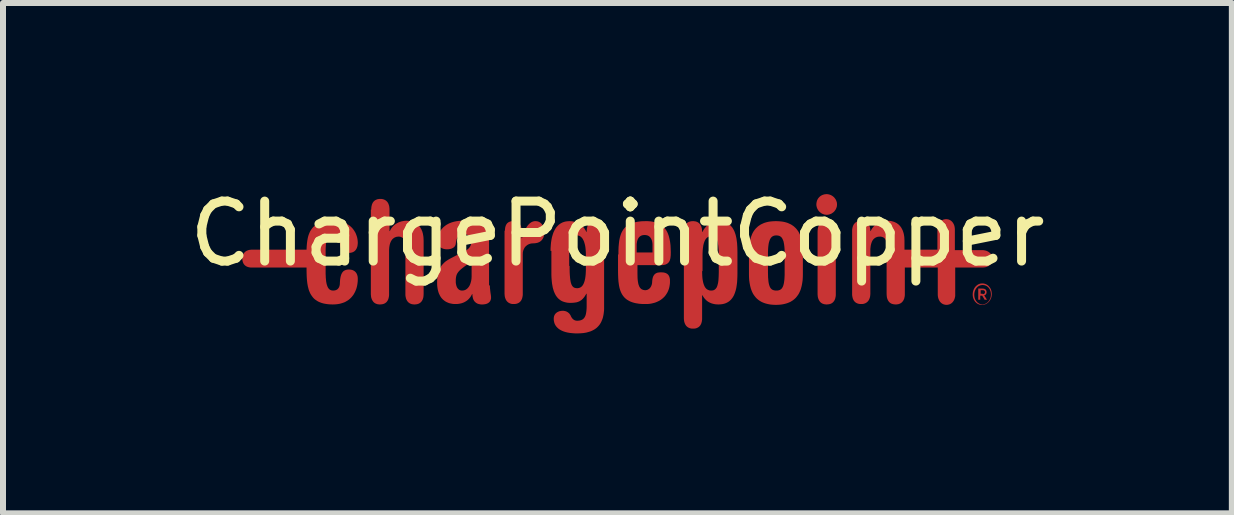
<source format=kicad_pcb>
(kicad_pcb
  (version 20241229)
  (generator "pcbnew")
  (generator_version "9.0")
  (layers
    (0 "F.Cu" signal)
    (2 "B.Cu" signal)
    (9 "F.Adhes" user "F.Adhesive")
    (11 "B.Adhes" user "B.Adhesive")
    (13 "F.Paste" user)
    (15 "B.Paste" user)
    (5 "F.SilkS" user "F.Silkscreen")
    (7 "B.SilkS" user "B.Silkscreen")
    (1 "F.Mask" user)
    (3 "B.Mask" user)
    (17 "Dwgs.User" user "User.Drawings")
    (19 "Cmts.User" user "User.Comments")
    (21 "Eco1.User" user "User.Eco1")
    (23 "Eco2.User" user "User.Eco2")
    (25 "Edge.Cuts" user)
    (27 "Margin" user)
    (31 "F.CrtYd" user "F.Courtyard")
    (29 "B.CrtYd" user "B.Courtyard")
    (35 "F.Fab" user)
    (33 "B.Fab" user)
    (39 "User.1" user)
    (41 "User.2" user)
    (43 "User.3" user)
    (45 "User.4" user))
  (footprint "ChargePointCopper"
    (layer "F.Cu")
    (at 7.244 1.348)
    (property "Reference" "ChargePointCopper" (at 0 -0.5 0) (unlocked yes) (layer "F.SilkS") (effects (font (size 1 1) (thickness 0.15))))
    (attr board_only exclude_from_pos_files exclude_from_bom)
    (fp_poly (pts (xy 3.498 -0.711) (xy 3.506 -0.71) (xy 3.514 -0.709) (xy 3.522 -0.708) (xy 3.53 -0.707) (xy 3.538 -0.705) (xy 3.545 -0.703) (xy 3.552 -0.7) (xy 3.559 -0.697) (xy 3.566 -0.694) (xy 3.572 -0.69) (xy 3.578 -0.686) (xy 3.584 -0.682) (xy 3.59 -0.677) (xy 3.595 -0.672) (xy 3.6 -0.666) (xy 3.605 -0.661) (xy 3.609 -0.655) (xy 3.614 -0.648) (xy 3.618 -0.641) (xy 3.621 -0.634) (xy 3.625 -0.627) (xy 3.628 -0.619) (xy 3.631 -0.611) (xy 3.633 -0.602) (xy 3.635 -0.593) (xy 3.637 -0.584) (xy 3.639 -0.574) (xy 3.64 -0.564) (xy 3.641 -0.554) (xy 3.641 -0.543) (xy 3.641 -0.532) (xy 3.641 0.499) (xy 3.641 0.522) (xy 3.64 0.533) (xy 3.639 0.543) (xy 3.637 0.553) (xy 3.635 0.563) (xy 3.633 0.572) (xy 3.631 0.58) (xy 3.628 0.589) (xy 3.625 0.597) (xy 3.621 0.604) (xy 3.618 0.611) (xy 3.614 0.618) (xy 3.609 0.624) (xy 3.605 0.63) (xy 3.6 0.636) (xy 3.595 0.641) (xy 3.59 0.646) (xy 3.584 0.65) (xy 3.578 0.655) (xy 3.572 0.658) (xy 3.566 0.662) (xy 3.559 0.665) (xy 3.552 0.668) (xy 3.545 0.67) (xy 3.538 0.672) (xy 3.53 0.674) (xy 3.522 0.675) (xy 3.506 0.677) (xy 3.489 0.678) (xy 3.481 0.678) (xy 3.472 0.677) (xy 3.464 0.676) (xy 3.456 0.675) (xy 3.448 0.674) (xy 3.441 0.672) (xy 3.433 0.669) (xy 3.426 0.667) (xy 3.419 0.664) (xy 3.413 0.661) (xy 3.406 0.657) (xy 3.4 0.653) (xy 3.394 0.649) (xy 3.389 0.644) (xy 3.383 0.639) (xy 3.378 0.633) (xy 3.374 0.628) (xy 3.369 0.621) (xy 3.365 0.615) (xy 3.361 0.608) (xy 3.357 0.601) (xy 3.354 0.594) (xy 3.351 0.586) (xy 3.348 0.578) (xy 3.345 0.569) (xy 3.343 0.56) (xy 3.341 0.551) (xy 3.34 0.541) (xy 3.339 0.531) (xy 3.338 0.521) (xy 3.337 0.51) (xy 3.337 0.499) (xy 3.337 -0.532) (xy 3.338 -0.555) (xy 3.339 -0.566) (xy 3.34 -0.576) (xy 3.341 -0.586) (xy 3.343 -0.596) (xy 3.345 -0.605) (xy 3.348 -0.613) (xy 3.351 -0.622) (xy 3.354 -0.63) (xy 3.357 -0.637) (xy 3.361 -0.644) (xy 3.365 -0.651) (xy 3.369 -0.657) (xy 3.374 -0.663) (xy 3.378 -0.669) (xy 3.383 -0.674) (xy 3.389 -0.679) (xy 3.394 -0.684) (xy 3.4 -0.688) (xy 3.406 -0.692) (xy 3.413 -0.695) (xy 3.419 -0.698) (xy 3.426 -0.701) (xy 3.433 -0.703) (xy 3.441 -0.705) (xy 3.448 -0.707) (xy 3.456 -0.709) (xy 3.472 -0.71) (xy 3.489 -0.711)) (stroke (width 0) (type solid)) (fill yes) (layer "F.Cu"))
    (fp_poly (pts (xy 3.498 -1.161) (xy 3.506 -1.16) (xy 3.515 -1.159) (xy 3.523 -1.157) (xy 3.531 -1.155) (xy 3.539 -1.153) (xy 3.547 -1.15) (xy 3.555 -1.147) (xy 3.563 -1.143) (xy 3.57 -1.14) (xy 3.577 -1.135) (xy 3.584 -1.131) (xy 3.591 -1.126) (xy 3.598 -1.121) (xy 3.604 -1.115) (xy 3.61 -1.11) (xy 3.616 -1.104) (xy 3.621 -1.097) (xy 3.626 -1.091) (xy 3.631 -1.084) (xy 3.636 -1.077) (xy 3.64 -1.07) (xy 3.644 -1.062) (xy 3.647 -1.055) (xy 3.65 -1.047) (xy 3.653 -1.039) (xy 3.656 -1.031) (xy 3.658 -1.023) (xy 3.659 -1.015) (xy 3.66 -1.006) (xy 3.661 -0.998) (xy 3.661 -0.989) (xy 3.661 -0.98) (xy 3.66 -0.972) (xy 3.659 -0.963) (xy 3.658 -0.955) (xy 3.656 -0.947) (xy 3.653 -0.939) (xy 3.65 -0.931) (xy 3.647 -0.923) (xy 3.644 -0.915) (xy 3.64 -0.908) (xy 3.636 -0.901) (xy 3.631 -0.894) (xy 3.626 -0.887) (xy 3.621 -0.88) (xy 3.616 -0.874) (xy 3.61 -0.868) (xy 3.604 -0.862) (xy 3.598 -0.857) (xy 3.591 -0.852) (xy 3.584 -0.847) (xy 3.577 -0.842) (xy 3.57 -0.838) (xy 3.563 -0.834) (xy 3.555 -0.831) (xy 3.547 -0.828) (xy 3.539 -0.825) (xy 3.531 -0.822) (xy 3.523 -0.82) (xy 3.515 -0.819) (xy 3.506 -0.818) (xy 3.498 -0.817) (xy 3.489 -0.817) (xy 3.481 -0.817) (xy 3.472 -0.818) (xy 3.464 -0.819) (xy 3.455 -0.82) (xy 3.447 -0.822) (xy 3.439 -0.825) (xy 3.431 -0.828) (xy 3.423 -0.831) (xy 3.416 -0.834) (xy 3.408 -0.838) (xy 3.401 -0.842) (xy 3.394 -0.847) (xy 3.387 -0.852) (xy 3.381 -0.857) (xy 3.375 -0.862) (xy 3.368 -0.868) (xy 3.363 -0.874) (xy 3.357 -0.88) (xy 3.352 -0.887) (xy 3.347 -0.894) (xy 3.343 -0.901) (xy 3.338 -0.908) (xy 3.335 -0.915) (xy 3.331 -0.923) (xy 3.328 -0.931) (xy 3.325 -0.939) (xy 3.323 -0.947) (xy 3.321 -0.955) (xy 3.319 -0.963) (xy 3.318 -0.972) (xy 3.317 -0.98) (xy 3.317 -0.989) (xy 3.317 -0.998) (xy 3.318 -1.007) (xy 3.319 -1.016) (xy 3.321 -1.025) (xy 3.322 -1.033) (xy 3.325 -1.042) (xy 3.327 -1.05) (xy 3.33 -1.058) (xy 3.333 -1.065) (xy 3.337 -1.073) (xy 3.341 -1.08) (xy 3.345 -1.087) (xy 3.35 -1.094) (xy 3.355 -1.1) (xy 3.36 -1.106) (xy 3.366 -1.112) (xy 3.372 -1.118) (xy 3.378 -1.123) (xy 3.384 -1.128) (xy 3.391 -1.133) (xy 3.398 -1.137) (xy 3.405 -1.141) (xy 3.413 -1.145) (xy 3.42 -1.148) (xy 3.428 -1.151) (xy 3.436 -1.153) (xy 3.445 -1.156) (xy 3.453 -1.158) (xy 3.462 -1.159) (xy 3.471 -1.16) (xy 3.48 -1.161) (xy 3.489 -1.161)) (stroke (width 0) (type solid)) (fill yes) (layer "F.Cu"))
    (fp_poly (pts (xy 6.096 0.414) (xy 6.103 0.414) (xy 6.11 0.416) (xy 6.113 0.416) (xy 6.116 0.417) (xy 6.119 0.418) (xy 6.122 0.419) (xy 6.124 0.42) (xy 6.127 0.422) (xy 6.13 0.423) (xy 6.132 0.425) (xy 6.134 0.426) (xy 6.137 0.428) (xy 6.139 0.43) (xy 6.141 0.432) (xy 6.143 0.434) (xy 6.144 0.437) (xy 6.146 0.439) (xy 6.148 0.442) (xy 6.149 0.444) (xy 6.15 0.447) (xy 6.151 0.45) (xy 6.152 0.453) (xy 6.153 0.456) (xy 6.154 0.459) (xy 6.154 0.462) (xy 6.155 0.466) (xy 6.155 0.469) (xy 6.155 0.473) (xy 6.155 0.478) (xy 6.154 0.483) (xy 6.153 0.487) (xy 6.152 0.491) (xy 6.151 0.496) (xy 6.149 0.5) (xy 6.148 0.501) (xy 6.147 0.503) (xy 6.146 0.505) (xy 6.145 0.507) (xy 6.144 0.509) (xy 6.142 0.51) (xy 6.141 0.512) (xy 6.139 0.513) (xy 6.138 0.515) (xy 6.136 0.516) (xy 6.134 0.517) (xy 6.133 0.519) (xy 6.131 0.52) (xy 6.129 0.521) (xy 6.127 0.522) (xy 6.124 0.523) (xy 6.122 0.524) (xy 6.12 0.524) (xy 6.118 0.525) (xy 6.115 0.526) (xy 6.161 0.599) (xy 6.122 0.599) (xy 6.082 0.532) (xy 6.049 0.532) (xy 6.049 0.599) (xy 6.016 0.599) (xy 6.016 0.499) (xy 6.056 0.499) (xy 6.089 0.499) (xy 6.089 0.506) (xy 6.094 0.506) (xy 6.096 0.506) (xy 6.098 0.505) (xy 6.1 0.505) (xy 6.102 0.505) (xy 6.104 0.504) (xy 6.106 0.504) (xy 6.108 0.503) (xy 6.11 0.502) (xy 6.111 0.502) (xy 6.113 0.501) (xy 6.114 0.5) (xy 6.116 0.499) (xy 6.117 0.498) (xy 6.118 0.497) (xy 6.12 0.496) (xy 6.121 0.495) (xy 6.122 0.493) (xy 6.123 0.492) (xy 6.124 0.491) (xy 6.125 0.489) (xy 6.125 0.488) (xy 6.126 0.486) (xy 6.127 0.485) (xy 6.127 0.483) (xy 6.127 0.482) (xy 6.128 0.48) (xy 6.128 0.478) (xy 6.128 0.477) (xy 6.128 0.473) (xy 6.128 0.471) (xy 6.128 0.469) (xy 6.128 0.468) (xy 6.128 0.466) (xy 6.127 0.464) (xy 6.127 0.463) (xy 6.127 0.461) (xy 6.126 0.459) (xy 6.125 0.458) (xy 6.125 0.456) (xy 6.124 0.455) (xy 6.123 0.454) (xy 6.122 0.452) (xy 6.121 0.451) (xy 6.12 0.45) (xy 6.118 0.449) (xy 6.117 0.448) (xy 6.116 0.447) (xy 6.114 0.446) (xy 6.113 0.445) (xy 6.111 0.444) (xy 6.11 0.444) (xy 6.108 0.443) (xy 6.106 0.442) (xy 6.104 0.442) (xy 6.102 0.441) (xy 6.1 0.441) (xy 6.098 0.44) (xy 6.096 0.44) (xy 6.094 0.44) (xy 6.091 0.44) (xy 6.089 0.44) (xy 6.056 0.44) (xy 6.056 0.499) (xy 6.016 0.499) (xy 6.016 0.413) (xy 6.089 0.413)) (stroke (width 0) (type solid)) (fill yes) (layer "F.Cu"))
    (fp_poly (pts (xy 2.675 -0.71) (xy 2.706 -0.708) (xy 2.736 -0.705) (xy 2.764 -0.701) (xy 2.791 -0.695) (xy 2.817 -0.688) (xy 2.841 -0.68) (xy 2.863 -0.67) (xy 2.885 -0.66) (xy 2.905 -0.649) (xy 2.924 -0.636) (xy 2.942 -0.623) (xy 2.958 -0.608) (xy 2.974 -0.593) (xy 2.988 -0.577) (xy 3.001 -0.56) (xy 3.014 -0.542) (xy 3.025 -0.523) (xy 3.035 -0.504) (xy 3.044 -0.483) (xy 3.053 -0.462) (xy 3.06 -0.441) (xy 3.067 -0.419) (xy 3.072 -0.396) (xy 3.081 -0.348) (xy 3.088 -0.299) (xy 3.091 -0.248) (xy 3.092 -0.195) (xy 3.092 0.169) (xy 3.091 0.221) (xy 3.088 0.273) (xy 3.081 0.322) (xy 3.072 0.369) (xy 3.06 0.414) (xy 3.053 0.436) (xy 3.044 0.457) (xy 3.035 0.477) (xy 3.025 0.497) (xy 3.014 0.515) (xy 3.001 0.533) (xy 2.988 0.55) (xy 2.974 0.567) (xy 2.958 0.582) (xy 2.942 0.596) (xy 2.924 0.61) (xy 2.905 0.622) (xy 2.885 0.634) (xy 2.863 0.644) (xy 2.841 0.653) (xy 2.817 0.661) (xy 2.791 0.668) (xy 2.764 0.674) (xy 2.736 0.679) (xy 2.706 0.682) (xy 2.675 0.684) (xy 2.643 0.685) (xy 2.61 0.684) (xy 2.579 0.682) (xy 2.549 0.679) (xy 2.521 0.674) (xy 2.494 0.668) (xy 2.468 0.661) (xy 2.444 0.653) (xy 2.422 0.644) (xy 2.4 0.634) (xy 2.38 0.622) (xy 2.361 0.61) (xy 2.343 0.596) (xy 2.327 0.582) (xy 2.311 0.567) (xy 2.297 0.55) (xy 2.284 0.533) (xy 2.271 0.515) (xy 2.26 0.497) (xy 2.25 0.477) (xy 2.241 0.457) (xy 2.233 0.436) (xy 2.225 0.414) (xy 2.219 0.392) (xy 2.213 0.369) (xy 2.204 0.322) (xy 2.197 0.273) (xy 2.194 0.221) (xy 2.193 0.169) (xy 2.193 0.142) (xy 2.51 0.142) (xy 2.511 0.186) (xy 2.512 0.226) (xy 2.515 0.261) (xy 2.518 0.293) (xy 2.522 0.321) (xy 2.528 0.346) (xy 2.535 0.368) (xy 2.542 0.386) (xy 2.551 0.402) (xy 2.556 0.409) (xy 2.562 0.415) (xy 2.567 0.42) (xy 2.573 0.425) (xy 2.579 0.43) (xy 2.586 0.433) (xy 2.599 0.439) (xy 2.615 0.443) (xy 2.631 0.446) (xy 2.649 0.446) (xy 2.658 0.446) (xy 2.667 0.446) (xy 2.675 0.445) (xy 2.684 0.443) (xy 2.691 0.442) (xy 2.699 0.439) (xy 2.706 0.437) (xy 2.713 0.433) (xy 2.719 0.43) (xy 2.725 0.425) (xy 2.731 0.42) (xy 2.737 0.415) (xy 2.742 0.409) (xy 2.747 0.402) (xy 2.751 0.394) (xy 2.756 0.386) (xy 2.76 0.377) (xy 2.764 0.368) (xy 2.767 0.357) (xy 2.77 0.346) (xy 2.773 0.334) (xy 2.776 0.321) (xy 2.778 0.308) (xy 2.78 0.293) (xy 2.782 0.278) (xy 2.784 0.261) (xy 2.785 0.244) (xy 2.786 0.226) (xy 2.787 0.206) (xy 2.788 0.186) (xy 2.788 0.142) (xy 2.788 -0.175) (xy 2.788 -0.218) (xy 2.786 -0.256) (xy 2.783 -0.291) (xy 2.779 -0.322) (xy 2.774 -0.35) (xy 2.769 -0.374) (xy 2.761 -0.395) (xy 2.753 -0.413) (xy 2.744 -0.429) (xy 2.739 -0.435) (xy 2.734 -0.442) (xy 2.728 -0.447) (xy 2.722 -0.452) (xy 2.716 -0.456) (xy 2.71 -0.46) (xy 2.696 -0.466) (xy 2.682 -0.47) (xy 2.666 -0.472) (xy 2.649 -0.473) (xy 2.641 -0.473) (xy 2.633 -0.472) (xy 2.626 -0.471) (xy 2.618 -0.47) (xy 2.611 -0.468) (xy 2.604 -0.466) (xy 2.598 -0.463) (xy 2.591 -0.46) (xy 2.585 -0.456) (xy 2.579 -0.452) (xy 2.573 -0.447) (xy 2.567 -0.442) (xy 2.562 -0.435) (xy 2.557 -0.429) (xy 2.552 -0.421) (xy 2.547 -0.413) (xy 2.543 -0.405) (xy 2.539 -0.395) (xy 2.535 -0.385) (xy 2.532 -0.374) (xy 2.528 -0.362) (xy 2.525 -0.35) (xy 2.522 -0.336) (xy 2.52 -0.322) (xy 2.518 -0.307) (xy 2.516 -0.291) (xy 2.514 -0.274) (xy 2.513 -0.256) (xy 2.512 -0.238) (xy 2.511 -0.218) (xy 2.51 -0.197) (xy 2.51 -0.175) (xy 2.51 0.142) (xy 2.193 0.142) (xy 2.193 -0.195) (xy 2.194 -0.248) (xy 2.197 -0.299) (xy 2.204 -0.348) (xy 2.213 -0.396) (xy 2.225 -0.441) (xy 2.233 -0.462) (xy 2.241 -0.483) (xy 2.25 -0.504) (xy 2.26 -0.523) (xy 2.271 -0.542) (xy 2.284 -0.56) (xy 2.297 -0.577) (xy 2.311 -0.593) (xy 2.327 -0.608) (xy 2.343 -0.623) (xy 2.361 -0.636) (xy 2.38 -0.649) (xy 2.4 -0.66) (xy 2.422 -0.67) (xy 2.444 -0.68) (xy 2.468 -0.688) (xy 2.494 -0.695) (xy 2.521 -0.701) (xy 2.549 -0.705) (xy 2.579 -0.708) (xy 2.61 -0.71) (xy 2.643 -0.711)) (stroke (width 0) (type solid)) (fill yes) (layer "F.Cu"))
    (fp_poly (pts (xy -1.359 -0.711) (xy -1.351 -0.71) (xy -1.344 -0.709) (xy -1.337 -0.708) (xy -1.33 -0.707) (xy -1.323 -0.705) (xy -1.316 -0.702) (xy -1.31 -0.7) (xy -1.303 -0.697) (xy -1.297 -0.693) (xy -1.291 -0.689) (xy -1.285 -0.685) (xy -1.279 -0.681) (xy -1.274 -0.676) (xy -1.268 -0.67) (xy -1.263 -0.665) (xy -1.259 -0.659) (xy -1.254 -0.652) (xy -1.25 -0.645) (xy -1.246 -0.638) (xy -1.242 -0.63) (xy -1.238 -0.622) (xy -1.235 -0.614) (xy -1.232 -0.605) (xy -1.229 -0.596) (xy -1.227 -0.586) (xy -1.225 -0.576) (xy -1.223 -0.565) (xy -1.222 -0.555) (xy -1.221 -0.543) (xy -1.221 -0.531) (xy -1.22 -0.519) (xy -1.221 -0.502) (xy -1.223 -0.485) (xy -1.226 -0.468) (xy -1.23 -0.452) (xy -1.232 -0.444) (xy -1.235 -0.437) (xy -1.239 -0.429) (xy -1.242 -0.422) (xy -1.246 -0.415) (xy -1.251 -0.408) (xy -1.256 -0.402) (xy -1.261 -0.395) (xy -1.267 -0.389) (xy -1.273 -0.383) (xy -1.279 -0.378) (xy -1.286 -0.373) (xy -1.293 -0.368) (xy -1.301 -0.363) (xy -1.309 -0.359) (xy -1.318 -0.356) (xy -1.327 -0.352) (xy -1.337 -0.349) (xy -1.347 -0.347) (xy -1.358 -0.345) (xy -1.369 -0.343) (xy -1.381 -0.342) (xy -1.393 -0.341) (xy -1.406 -0.341) (xy -1.414 -0.34) (xy -1.423 -0.34) (xy -1.431 -0.339) (xy -1.44 -0.338) (xy -1.448 -0.336) (xy -1.456 -0.334) (xy -1.464 -0.331) (xy -1.472 -0.329) (xy -1.479 -0.325) (xy -1.487 -0.322) (xy -1.494 -0.318) (xy -1.501 -0.314) (xy -1.507 -0.309) (xy -1.514 -0.304) (xy -1.52 -0.299) (xy -1.526 -0.294) (xy -1.532 -0.288) (xy -1.538 -0.281) (xy -1.543 -0.275) (xy -1.548 -0.268) (xy -1.552 -0.261) (xy -1.556 -0.253) (xy -1.56 -0.246) (xy -1.564 -0.237) (xy -1.567 -0.229) (xy -1.57 -0.22) (xy -1.572 -0.211) (xy -1.574 -0.202) (xy -1.576 -0.192) (xy -1.577 -0.183) (xy -1.577 -0.172) (xy -1.578 -0.162) (xy -1.578 0.493) (xy -1.578 0.516) (xy -1.579 0.526) (xy -1.58 0.537) (xy -1.582 0.546) (xy -1.584 0.556) (xy -1.586 0.565) (xy -1.588 0.574) (xy -1.591 0.582) (xy -1.594 0.59) (xy -1.598 0.597) (xy -1.601 0.605) (xy -1.605 0.611) (xy -1.61 0.618) (xy -1.614 0.624) (xy -1.619 0.629) (xy -1.624 0.634) (xy -1.629 0.639) (xy -1.635 0.644) (xy -1.641 0.648) (xy -1.647 0.652) (xy -1.653 0.655) (xy -1.66 0.658) (xy -1.667 0.661) (xy -1.674 0.664) (xy -1.681 0.666) (xy -1.689 0.667) (xy -1.697 0.669) (xy -1.713 0.671) (xy -1.73 0.671) (xy -1.738 0.671) (xy -1.747 0.671) (xy -1.755 0.67) (xy -1.763 0.669) (xy -1.771 0.667) (xy -1.778 0.665) (xy -1.785 0.663) (xy -1.793 0.66) (xy -1.799 0.657) (xy -1.806 0.654) (xy -1.812 0.65) (xy -1.819 0.646) (xy -1.824 0.642) (xy -1.83 0.637) (xy -1.835 0.632) (xy -1.841 0.627) (xy -1.845 0.621) (xy -1.85 0.615) (xy -1.854 0.608) (xy -1.858 0.602) (xy -1.862 0.594) (xy -1.865 0.587) (xy -1.868 0.579) (xy -1.871 0.571) (xy -1.874 0.562) (xy -1.876 0.553) (xy -1.878 0.544) (xy -1.879 0.535) (xy -1.88 0.525) (xy -1.881 0.514) (xy -1.882 0.504) (xy -1.882 0.493) (xy -1.882 -0.552) (xy -1.875 -0.552) (xy -1.875 -0.57) (xy -1.873 -0.588) (xy -1.871 -0.604) (xy -1.867 -0.619) (xy -1.865 -0.626) (xy -1.863 -0.633) (xy -1.86 -0.64) (xy -1.857 -0.646) (xy -1.854 -0.652) (xy -1.851 -0.658) (xy -1.847 -0.664) (xy -1.843 -0.669) (xy -1.839 -0.674) (xy -1.834 -0.679) (xy -1.829 -0.683) (xy -1.824 -0.687) (xy -1.818 -0.691) (xy -1.813 -0.694) (xy -1.806 -0.697) (xy -1.8 -0.7) (xy -1.793 -0.703) (xy -1.786 -0.705) (xy -1.779 -0.707) (xy -1.771 -0.708) (xy -1.763 -0.71) (xy -1.754 -0.71) (xy -1.745 -0.711) (xy -1.736 -0.711) (xy -1.727 -0.711) (xy -1.718 -0.71) (xy -1.71 -0.709) (xy -1.702 -0.708) (xy -1.694 -0.706) (xy -1.687 -0.704) (xy -1.68 -0.702) (xy -1.673 -0.699) (xy -1.666 -0.696) (xy -1.66 -0.693) (xy -1.654 -0.689) (xy -1.649 -0.685) (xy -1.644 -0.681) (xy -1.639 -0.676) (xy -1.634 -0.672) (xy -1.63 -0.666) (xy -1.626 -0.661) (xy -1.622 -0.655) (xy -1.618 -0.649) (xy -1.615 -0.643) (xy -1.612 -0.637) (xy -1.61 -0.63) (xy -1.607 -0.623) (xy -1.605 -0.616) (xy -1.603 -0.609) (xy -1.602 -0.601) (xy -1.599 -0.586) (xy -1.598 -0.569) (xy -1.597 -0.552) (xy -1.597 -0.427) (xy -1.591 -0.427) (xy -1.582 -0.457) (xy -1.572 -0.486) (xy -1.562 -0.514) (xy -1.551 -0.541) (xy -1.539 -0.566) (xy -1.527 -0.589) (xy -1.514 -0.611) (xy -1.501 -0.631) (xy -1.486 -0.649) (xy -1.471 -0.665) (xy -1.456 -0.678) (xy -1.448 -0.684) (xy -1.439 -0.69) (xy -1.431 -0.695) (xy -1.422 -0.699) (xy -1.413 -0.703) (xy -1.404 -0.706) (xy -1.395 -0.708) (xy -1.385 -0.71) (xy -1.376 -0.711) (xy -1.366 -0.711)) (stroke (width 0) (type solid)) (fill yes) (layer "F.Cu"))
    (fp_poly (pts (xy 6.091 0.328) (xy 6.099 0.328) (xy 6.107 0.329) (xy 6.116 0.331) (xy 6.123 0.333) (xy 6.131 0.335) (xy 6.139 0.338) (xy 6.146 0.341) (xy 6.153 0.345) (xy 6.16 0.349) (xy 6.167 0.353) (xy 6.173 0.357) (xy 6.179 0.362) (xy 6.185 0.367) (xy 6.191 0.373) (xy 6.196 0.379) (xy 6.201 0.385) (xy 6.206 0.391) (xy 6.211 0.398) (xy 6.215 0.404) (xy 6.219 0.411) (xy 6.223 0.418) (xy 6.226 0.426) (xy 6.229 0.433) (xy 6.232 0.441) (xy 6.234 0.449) (xy 6.236 0.457) (xy 6.238 0.465) (xy 6.239 0.474) (xy 6.24 0.482) (xy 6.241 0.491) (xy 6.241 0.499) (xy 6.241 0.506) (xy 6.241 0.515) (xy 6.24 0.524) (xy 6.239 0.533) (xy 6.238 0.542) (xy 6.236 0.551) (xy 6.234 0.559) (xy 6.231 0.568) (xy 6.228 0.576) (xy 6.225 0.584) (xy 6.221 0.591) (xy 6.217 0.599) (xy 6.213 0.606) (xy 6.209 0.613) (xy 6.204 0.62) (xy 6.199 0.626) (xy 6.194 0.633) (xy 6.188 0.638) (xy 6.182 0.644) (xy 6.176 0.649) (xy 6.17 0.654) (xy 6.164 0.659) (xy 6.157 0.663) (xy 6.15 0.667) (xy 6.143 0.671) (xy 6.136 0.674) (xy 6.129 0.677) (xy 6.121 0.679) (xy 6.114 0.681) (xy 6.106 0.683) (xy 6.098 0.684) (xy 6.09 0.684) (xy 6.082 0.685) (xy 6.074 0.685) (xy 6.066 0.685) (xy 6.058 0.684) (xy 6.051 0.683) (xy 6.043 0.682) (xy 6.036 0.68) (xy 6.028 0.677) (xy 6.021 0.674) (xy 6.014 0.671) (xy 6.007 0.668) (xy 6.001 0.664) (xy 5.994 0.659) (xy 5.988 0.655) (xy 5.982 0.649) (xy 5.976 0.644) (xy 5.97 0.638) (xy 5.965 0.632) (xy 5.96 0.626) (xy 5.955 0.619) (xy 5.951 0.612) (xy 5.947 0.605) (xy 5.943 0.598) (xy 5.939 0.59) (xy 5.936 0.582) (xy 5.933 0.574) (xy 5.931 0.566) (xy 5.928 0.557) (xy 5.927 0.549) (xy 5.925 0.54) (xy 5.924 0.531) (xy 5.924 0.522) (xy 5.924 0.519) (xy 5.95 0.519) (xy 5.95 0.527) (xy 5.951 0.535) (xy 5.951 0.543) (xy 5.953 0.551) (xy 5.954 0.558) (xy 5.956 0.566) (xy 5.958 0.573) (xy 5.96 0.58) (xy 5.963 0.587) (xy 5.966 0.594) (xy 5.969 0.601) (xy 5.973 0.607) (xy 5.977 0.614) (xy 5.981 0.62) (xy 5.985 0.625) (xy 5.99 0.631) (xy 5.994 0.636) (xy 5.999 0.641) (xy 6.004 0.646) (xy 6.01 0.65) (xy 6.016 0.655) (xy 6.021 0.658) (xy 6.027 0.662) (xy 6.034 0.665) (xy 6.04 0.668) (xy 6.046 0.671) (xy 6.053 0.673) (xy 6.06 0.675) (xy 6.067 0.676) (xy 6.074 0.677) (xy 6.081 0.678) (xy 6.089 0.678) (xy 6.096 0.677) (xy 6.103 0.676) (xy 6.11 0.674) (xy 6.117 0.673) (xy 6.124 0.67) (xy 6.131 0.668) (xy 6.138 0.665) (xy 6.144 0.661) (xy 6.15 0.658) (xy 6.156 0.654) (xy 6.162 0.65) (xy 6.168 0.645) (xy 6.173 0.641) (xy 6.178 0.636) (xy 6.183 0.631) (xy 6.188 0.625) (xy 6.192 0.619) (xy 6.197 0.613) (xy 6.201 0.607) (xy 6.205 0.601) (xy 6.208 0.594) (xy 6.211 0.588) (xy 6.214 0.581) (xy 6.217 0.574) (xy 6.22 0.567) (xy 6.222 0.559) (xy 6.223 0.552) (xy 6.225 0.544) (xy 6.226 0.536) (xy 6.227 0.529) (xy 6.227 0.521) (xy 6.228 0.513) (xy 6.227 0.504) (xy 6.227 0.496) (xy 6.226 0.487) (xy 6.225 0.479) (xy 6.223 0.471) (xy 6.222 0.464) (xy 6.22 0.456) (xy 6.217 0.449) (xy 6.214 0.442) (xy 6.211 0.435) (xy 6.208 0.428) (xy 6.205 0.422) (xy 6.201 0.416) (xy 6.197 0.41) (xy 6.192 0.404) (xy 6.188 0.399) (xy 6.183 0.393) (xy 6.178 0.389) (xy 6.173 0.384) (xy 6.168 0.38) (xy 6.162 0.376) (xy 6.156 0.372) (xy 6.15 0.369) (xy 6.144 0.366) (xy 6.138 0.363) (xy 6.131 0.361) (xy 6.124 0.359) (xy 6.117 0.357) (xy 6.11 0.356) (xy 6.103 0.355) (xy 6.096 0.354) (xy 6.089 0.354) (xy 6.081 0.354) (xy 6.074 0.355) (xy 6.067 0.356) (xy 6.06 0.357) (xy 6.053 0.359) (xy 6.046 0.361) (xy 6.04 0.364) (xy 6.034 0.367) (xy 6.027 0.37) (xy 6.021 0.373) (xy 6.016 0.377) (xy 6.01 0.381) (xy 6.004 0.386) (xy 5.999 0.391) (xy 5.994 0.396) (xy 5.99 0.401) (xy 5.985 0.407) (xy 5.981 0.412) (xy 5.977 0.418) (xy 5.973 0.425) (xy 5.969 0.431) (xy 5.966 0.438) (xy 5.963 0.445) (xy 5.96 0.452) (xy 5.958 0.459) (xy 5.956 0.466) (xy 5.954 0.474) (xy 5.953 0.481) (xy 5.951 0.489) (xy 5.951 0.497) (xy 5.95 0.505) (xy 5.95 0.513) (xy 5.95 0.519) (xy 5.924 0.519) (xy 5.923 0.513) (xy 5.924 0.503) (xy 5.924 0.493) (xy 5.925 0.484) (xy 5.927 0.474) (xy 5.928 0.465) (xy 5.931 0.456) (xy 5.933 0.448) (xy 5.936 0.439) (xy 5.939 0.431) (xy 5.943 0.423) (xy 5.947 0.415) (xy 5.951 0.408) (xy 5.955 0.4) (xy 5.96 0.393) (xy 5.965 0.387) (xy 5.97 0.38) (xy 5.976 0.374) (xy 5.982 0.369) (xy 5.988 0.363) (xy 5.994 0.358) (xy 6.001 0.353) (xy 6.007 0.349) (xy 6.014 0.345) (xy 6.021 0.341) (xy 6.028 0.338) (xy 6.036 0.335) (xy 6.043 0.333) (xy 6.051 0.331) (xy 6.058 0.329) (xy 6.066 0.328) (xy 6.074 0.328) (xy 6.082 0.327)) (stroke (width 0) (type solid)) (fill yes) (layer "F.Cu"))
    (fp_poly (pts (xy -3.944 -1.081) (xy -3.935 -1.081) (xy -3.927 -1.08) (xy -3.919 -1.079) (xy -3.911 -1.077) (xy -3.904 -1.075) (xy -3.896 -1.073) (xy -3.889 -1.07) (xy -3.883 -1.067) (xy -3.876 -1.064) (xy -3.87 -1.06) (xy -3.863 -1.056) (xy -3.858 -1.052) (xy -3.852 -1.047) (xy -3.847 -1.042) (xy -3.841 -1.037) (xy -3.837 -1.031) (xy -3.832 -1.025) (xy -3.828 -1.019) (xy -3.824 -1.012) (xy -3.82 -1.005) (xy -3.817 -0.997) (xy -3.814 -0.989) (xy -3.811 -0.981) (xy -3.808 -0.972) (xy -3.806 -0.964) (xy -3.804 -0.954) (xy -3.803 -0.945) (xy -3.802 -0.935) (xy -3.801 -0.925) (xy -3.8 -0.914) (xy -3.8 -0.903) (xy -3.8 -0.546) (xy -3.793 -0.546) (xy -3.789 -0.556) (xy -3.784 -0.566) (xy -3.779 -0.576) (xy -3.773 -0.585) (xy -3.767 -0.595) (xy -3.76 -0.603) (xy -3.753 -0.612) (xy -3.746 -0.62) (xy -3.739 -0.628) (xy -3.731 -0.635) (xy -3.723 -0.643) (xy -3.715 -0.65) (xy -3.706 -0.656) (xy -3.698 -0.662) (xy -3.689 -0.668) (xy -3.679 -0.674) (xy -3.67 -0.679) (xy -3.66 -0.684) (xy -3.651 -0.689) (xy -3.641 -0.693) (xy -3.631 -0.697) (xy -3.621 -0.7) (xy -3.61 -0.704) (xy -3.6 -0.707) (xy -3.59 -0.709) (xy -3.579 -0.711) (xy -3.558 -0.715) (xy -3.547 -0.716) (xy -3.537 -0.717) (xy -3.526 -0.718) (xy -3.516 -0.718) (xy -3.5 -0.717) (xy -3.485 -0.716) (xy -3.47 -0.715) (xy -3.456 -0.713) (xy -3.442 -0.71) (xy -3.428 -0.706) (xy -3.415 -0.702) (xy -3.401 -0.698) (xy -3.389 -0.692) (xy -3.376 -0.686) (xy -3.364 -0.68) (xy -3.353 -0.672) (xy -3.342 -0.664) (xy -3.331 -0.656) (xy -3.321 -0.647) (xy -3.311 -0.637) (xy -3.302 -0.626) (xy -3.293 -0.615) (xy -3.285 -0.603) (xy -3.278 -0.59) (xy -3.27 -0.577) (xy -3.264 -0.563) (xy -3.258 -0.549) (xy -3.252 -0.534) (xy -3.248 -0.518) (xy -3.243 -0.501) (xy -3.24 -0.484) (xy -3.237 -0.466) (xy -3.234 -0.447) (xy -3.233 -0.428) (xy -3.232 -0.408) (xy -3.231 -0.387) (xy -3.231 0.499) (xy -3.232 0.522) (xy -3.233 0.533) (xy -3.234 0.543) (xy -3.235 0.553) (xy -3.237 0.563) (xy -3.239 0.572) (xy -3.242 0.58) (xy -3.245 0.589) (xy -3.248 0.597) (xy -3.251 0.604) (xy -3.255 0.611) (xy -3.259 0.618) (xy -3.263 0.624) (xy -3.268 0.63) (xy -3.273 0.636) (xy -3.278 0.641) (xy -3.283 0.646) (xy -3.289 0.65) (xy -3.295 0.655) (xy -3.301 0.658) (xy -3.307 0.662) (xy -3.314 0.665) (xy -3.321 0.668) (xy -3.328 0.67) (xy -3.335 0.672) (xy -3.342 0.674) (xy -3.35 0.675) (xy -3.366 0.677) (xy -3.383 0.678) (xy -3.392 0.678) (xy -3.4 0.677) (xy -3.409 0.676) (xy -3.416 0.675) (xy -3.424 0.674) (xy -3.432 0.672) (xy -3.439 0.669) (xy -3.446 0.667) (xy -3.453 0.664) (xy -3.46 0.661) (xy -3.466 0.657) (xy -3.472 0.653) (xy -3.478 0.649) (xy -3.484 0.644) (xy -3.489 0.639) (xy -3.494 0.633) (xy -3.499 0.628) (xy -3.504 0.621) (xy -3.508 0.615) (xy -3.512 0.608) (xy -3.515 0.601) (xy -3.519 0.594) (xy -3.522 0.586) (xy -3.525 0.578) (xy -3.527 0.569) (xy -3.529 0.56) (xy -3.531 0.551) (xy -3.533 0.541) (xy -3.534 0.531) (xy -3.535 0.521) (xy -3.535 0.51) (xy -3.535 0.499) (xy -3.535 -0.314) (xy -3.536 -0.323) (xy -3.536 -0.332) (xy -3.537 -0.341) (xy -3.538 -0.349) (xy -3.539 -0.356) (xy -3.541 -0.364) (xy -3.543 -0.371) (xy -3.545 -0.378) (xy -3.547 -0.384) (xy -3.55 -0.39) (xy -3.552 -0.396) (xy -3.555 -0.402) (xy -3.559 -0.407) (xy -3.562 -0.412) (xy -3.566 -0.417) (xy -3.569 -0.421) (xy -3.573 -0.425) (xy -3.577 -0.429) (xy -3.582 -0.432) (xy -3.586 -0.435) (xy -3.591 -0.438) (xy -3.595 -0.441) (xy -3.6 -0.443) (xy -3.605 -0.445) (xy -3.615 -0.449) (xy -3.626 -0.451) (xy -3.637 -0.453) (xy -3.648 -0.453) (xy -3.657 -0.453) (xy -3.665 -0.452) (xy -3.673 -0.451) (xy -3.681 -0.45) (xy -3.689 -0.448) (xy -3.697 -0.445) (xy -3.704 -0.442) (xy -3.712 -0.439) (xy -3.719 -0.435) (xy -3.726 -0.431) (xy -3.732 -0.426) (xy -3.739 -0.421) (xy -3.745 -0.416) (xy -3.751 -0.41) (xy -3.757 -0.403) (xy -3.762 -0.396) (xy -3.767 -0.389) (xy -3.772 -0.381) (xy -3.777 -0.372) (xy -3.781 -0.363) (xy -3.785 -0.353) (xy -3.789 -0.343) (xy -3.792 -0.333) (xy -3.795 -0.322) (xy -3.798 -0.31) (xy -3.8 -0.298) (xy -3.802 -0.286) (xy -3.804 -0.273) (xy -3.805 -0.259) (xy -3.806 -0.245) (xy -3.807 -0.23) (xy -3.807 -0.215) (xy -3.807 0.499) (xy -3.807 0.522) (xy -3.808 0.533) (xy -3.809 0.543) (xy -3.811 0.553) (xy -3.813 0.563) (xy -3.815 0.572) (xy -3.817 0.58) (xy -3.82 0.589) (xy -3.823 0.597) (xy -3.827 0.604) (xy -3.83 0.611) (xy -3.834 0.618) (xy -3.839 0.624) (xy -3.843 0.63) (xy -3.848 0.636) (xy -3.853 0.641) (xy -3.858 0.646) (xy -3.864 0.65) (xy -3.87 0.655) (xy -3.876 0.658) (xy -3.883 0.662) (xy -3.889 0.665) (xy -3.896 0.668) (xy -3.903 0.67) (xy -3.91 0.672) (xy -3.918 0.674) (xy -3.926 0.675) (xy -3.942 0.677) (xy -3.959 0.678) (xy -3.967 0.678) (xy -3.976 0.677) (xy -3.984 0.676) (xy -3.992 0.675) (xy -4 0.674) (xy -4.007 0.672) (xy -4.015 0.669) (xy -4.022 0.667) (xy -4.029 0.664) (xy -4.035 0.661) (xy -4.042 0.657) (xy -4.048 0.653) (xy -4.054 0.649) (xy -4.059 0.644) (xy -4.065 0.639) (xy -4.07 0.633) (xy -4.074 0.628) (xy -4.079 0.621) (xy -4.083 0.615) (xy -4.087 0.608) (xy -4.091 0.601) (xy -4.094 0.594) (xy -4.097 0.586) (xy -4.1 0.578) (xy -4.103 0.569) (xy -4.105 0.56) (xy -4.107 0.551) (xy -4.108 0.541) (xy -4.109 0.531) (xy -4.11 0.521) (xy -4.111 0.51) (xy -4.111 0.499) (xy -4.111 -0.903) (xy -4.104 -0.903) (xy -4.104 -0.926) (xy -4.103 -0.936) (xy -4.102 -0.947) (xy -4.1 -0.957) (xy -4.098 -0.966) (xy -4.096 -0.975) (xy -4.094 -0.984) (xy -4.091 -0.992) (xy -4.088 -1) (xy -4.084 -1.008) (xy -4.081 -1.015) (xy -4.077 -1.021) (xy -4.072 -1.028) (xy -4.068 -1.034) (xy -4.063 -1.039) (xy -4.058 -1.045) (xy -4.053 -1.049) (xy -4.047 -1.054) (xy -4.041 -1.058) (xy -4.035 -1.062) (xy -4.029 -1.065) (xy -4.022 -1.068) (xy -4.015 -1.071) (xy -4.008 -1.074) (xy -4.001 -1.076) (xy -3.993 -1.078) (xy -3.985 -1.079) (xy -3.969 -1.081) (xy -3.952 -1.081)) (stroke (width 0) (type solid)) (fill yes) (layer "F.Cu"))
    (fp_poly (pts (xy 0.501 -0.711) (xy 0.529 -0.709) (xy 0.555 -0.707) (xy 0.58 -0.703) (xy 0.604 -0.698) (xy 0.627 -0.693) (xy 0.649 -0.686) (xy 0.669 -0.679) (xy 0.689 -0.67) (xy 0.707 -0.66) (xy 0.725 -0.65) (xy 0.741 -0.638) (xy 0.757 -0.625) (xy 0.772 -0.612) (xy 0.785 -0.597) (xy 0.798 -0.581) (xy 0.81 -0.564) (xy 0.821 -0.547) (xy 0.831 -0.528) (xy 0.84 -0.508) (xy 0.848 -0.487) (xy 0.856 -0.465) (xy 0.862 -0.442) (xy 0.868 -0.418) (xy 0.873 -0.393) (xy 0.878 -0.367) (xy 0.885 -0.312) (xy 0.888 -0.252) (xy 0.89 -0.189) (xy 0.889 -0.167) (xy 0.889 -0.145) (xy 0.887 -0.125) (xy 0.885 -0.105) (xy 0.882 -0.087) (xy 0.877 -0.069) (xy 0.875 -0.061) (xy 0.872 -0.053) (xy 0.868 -0.045) (xy 0.864 -0.038) (xy 0.86 -0.031) (xy 0.855 -0.024) (xy 0.849 -0.018) (xy 0.843 -0.012) (xy 0.837 -0.007) (xy 0.83 -0.002) (xy 0.822 0.003) (xy 0.814 0.007) (xy 0.806 0.011) (xy 0.796 0.014) (xy 0.786 0.017) (xy 0.775 0.019) (xy 0.764 0.021) (xy 0.751 0.022) (xy 0.738 0.023) (xy 0.724 0.023) (xy 0.334 0.023) (xy 0.334 0.155) (xy 0.335 0.213) (xy 0.336 0.241) (xy 0.338 0.267) (xy 0.341 0.292) (xy 0.345 0.315) (xy 0.349 0.337) (xy 0.356 0.357) (xy 0.363 0.375) (xy 0.367 0.384) (xy 0.372 0.392) (xy 0.377 0.399) (xy 0.383 0.406) (xy 0.389 0.412) (xy 0.395 0.418) (xy 0.402 0.423) (xy 0.41 0.427) (xy 0.418 0.431) (xy 0.426 0.434) (xy 0.436 0.437) (xy 0.445 0.438) (xy 0.455 0.44) (xy 0.466 0.44) (xy 0.472 0.44) (xy 0.478 0.439) (xy 0.484 0.438) (xy 0.49 0.437) (xy 0.496 0.435) (xy 0.501 0.433) (xy 0.507 0.431) (xy 0.512 0.428) (xy 0.517 0.425) (xy 0.522 0.422) (xy 0.526 0.419) (xy 0.531 0.415) (xy 0.535 0.411) (xy 0.54 0.407) (xy 0.544 0.402) (xy 0.547 0.398) (xy 0.551 0.393) (xy 0.554 0.388) (xy 0.558 0.382) (xy 0.561 0.377) (xy 0.563 0.371) (xy 0.566 0.365) (xy 0.568 0.359) (xy 0.571 0.353) (xy 0.572 0.347) (xy 0.574 0.341) (xy 0.575 0.334) (xy 0.577 0.328) (xy 0.578 0.321) (xy 0.578 0.315) (xy 0.579 0.308) (xy 0.579 0.301) (xy 0.58 0.289) (xy 0.581 0.277) (xy 0.582 0.266) (xy 0.584 0.256) (xy 0.586 0.246) (xy 0.588 0.237) (xy 0.59 0.229) (xy 0.593 0.22) (xy 0.596 0.213) (xy 0.599 0.206) (xy 0.603 0.199) (xy 0.607 0.193) (xy 0.611 0.187) (xy 0.615 0.181) (xy 0.62 0.177) (xy 0.624 0.172) (xy 0.629 0.168) (xy 0.634 0.164) (xy 0.64 0.161) (xy 0.645 0.158) (xy 0.651 0.155) (xy 0.657 0.152) (xy 0.663 0.15) (xy 0.669 0.148) (xy 0.682 0.146) (xy 0.696 0.144) (xy 0.71 0.143) (xy 0.724 0.142) (xy 0.74 0.143) (xy 0.756 0.144) (xy 0.77 0.145) (xy 0.784 0.148) (xy 0.791 0.15) (xy 0.798 0.152) (xy 0.804 0.154) (xy 0.81 0.157) (xy 0.816 0.16) (xy 0.822 0.163) (xy 0.827 0.166) (xy 0.833 0.17) (xy 0.838 0.175) (xy 0.842 0.179) (xy 0.847 0.184) (xy 0.851 0.189) (xy 0.855 0.195) (xy 0.858 0.201) (xy 0.862 0.208) (xy 0.865 0.215) (xy 0.867 0.222) (xy 0.87 0.23) (xy 0.872 0.238) (xy 0.873 0.247) (xy 0.875 0.257) (xy 0.876 0.266) (xy 0.876 0.277) (xy 0.876 0.288) (xy 0.876 0.31) (xy 0.875 0.331) (xy 0.872 0.352) (xy 0.869 0.373) (xy 0.865 0.392) (xy 0.86 0.412) (xy 0.854 0.43) (xy 0.847 0.448) (xy 0.839 0.466) (xy 0.831 0.482) (xy 0.821 0.498) (xy 0.811 0.514) (xy 0.8 0.529) (xy 0.789 0.543) (xy 0.776 0.556) (xy 0.763 0.569) (xy 0.749 0.581) (xy 0.735 0.592) (xy 0.72 0.603) (xy 0.704 0.613) (xy 0.687 0.622) (xy 0.67 0.63) (xy 0.652 0.638) (xy 0.634 0.645) (xy 0.615 0.651) (xy 0.595 0.656) (xy 0.575 0.661) (xy 0.554 0.665) (xy 0.533 0.668) (xy 0.511 0.67) (xy 0.489 0.671) (xy 0.466 0.671) (xy 0.429 0.671) (xy 0.394 0.669) (xy 0.36 0.666) (xy 0.329 0.661) (xy 0.3 0.656) (xy 0.272 0.649) (xy 0.246 0.641) (xy 0.222 0.632) (xy 0.2 0.622) (xy 0.179 0.61) (xy 0.159 0.598) (xy 0.142 0.585) (xy 0.125 0.57) (xy 0.11 0.554) (xy 0.097 0.538) (xy 0.084 0.52) (xy 0.073 0.501) (xy 0.063 0.482) (xy 0.054 0.461) (xy 0.046 0.44) (xy 0.039 0.417) (xy 0.033 0.394) (xy 0.028 0.37) (xy 0.024 0.345) (xy 0.017 0.292) (xy 0.013 0.236) (xy 0.011 0.178) (xy 0.01 0.116) (xy 0.01 -0.155) (xy 0.017 -0.155) (xy 0.017 -0.189) (xy 0.321 -0.189) (xy 0.585 -0.189) (xy 0.585 -0.301) (xy 0.585 -0.319) (xy 0.584 -0.337) (xy 0.582 -0.354) (xy 0.579 -0.371) (xy 0.575 -0.386) (xy 0.57 -0.401) (xy 0.564 -0.415) (xy 0.56 -0.421) (xy 0.556 -0.427) (xy 0.552 -0.433) (xy 0.548 -0.439) (xy 0.543 -0.444) (xy 0.539 -0.449) (xy 0.533 -0.454) (xy 0.528 -0.458) (xy 0.522 -0.462) (xy 0.516 -0.466) (xy 0.509 -0.469) (xy 0.502 -0.472) (xy 0.495 -0.474) (xy 0.487 -0.476) (xy 0.479 -0.478) (xy 0.471 -0.479) (xy 0.462 -0.479) (xy 0.453 -0.48) (xy 0.444 -0.479) (xy 0.435 -0.479) (xy 0.427 -0.478) (xy 0.419 -0.476) (xy 0.411 -0.474) (xy 0.404 -0.472) (xy 0.397 -0.469) (xy 0.391 -0.466) (xy 0.384 -0.462) (xy 0.378 -0.458) (xy 0.373 -0.454) (xy 0.368 -0.449) (xy 0.363 -0.444) (xy 0.358 -0.439) (xy 0.354 -0.433) (xy 0.35 -0.427) (xy 0.346 -0.421) (xy 0.343 -0.415) (xy 0.339 -0.408) (xy 0.337 -0.401) (xy 0.334 -0.394) (xy 0.332 -0.386) (xy 0.329 -0.379) (xy 0.328 -0.371) (xy 0.326 -0.363) (xy 0.325 -0.354) (xy 0.322 -0.337) (xy 0.321 -0.319) (xy 0.321 -0.301) (xy 0.321 -0.189) (xy 0.017 -0.189) (xy 0.017 -0.217) (xy 0.019 -0.276) (xy 0.024 -0.332) (xy 0.03 -0.385) (xy 0.04 -0.434) (xy 0.046 -0.457) (xy 0.053 -0.479) (xy 0.061 -0.501) (xy 0.07 -0.522) (xy 0.08 -0.541) (xy 0.091 -0.56) (xy 0.103 -0.577) (xy 0.117 -0.594) (xy 0.132 -0.61) (xy 0.148 -0.624) (xy 0.166 -0.638) (xy 0.185 -0.65) (xy 0.206 -0.661) (xy 0.229 -0.672) (xy 0.253 -0.681) (xy 0.279 -0.689) (xy 0.306 -0.695) (xy 0.336 -0.701) (xy 0.367 -0.705) (xy 0.4 -0.709) (xy 0.436 -0.71) (xy 0.473 -0.711)) (stroke (width 0) (type solid)) (fill yes) (layer "F.Cu"))
    (fp_poly (pts (xy 1.708 -0.71) (xy 1.732 -0.708) (xy 1.754 -0.705) (xy 1.775 -0.7) (xy 1.795 -0.694) (xy 1.813 -0.687) (xy 1.831 -0.678) (xy 1.847 -0.669) (xy 1.863 -0.658) (xy 1.877 -0.646) (xy 1.891 -0.633) (xy 1.903 -0.619) (xy 1.915 -0.605) (xy 1.925 -0.589) (xy 1.935 -0.572) (xy 1.944 -0.555) (xy 1.952 -0.537) (xy 1.959 -0.518) (xy 1.966 -0.498) (xy 1.972 -0.478) (xy 1.977 -0.457) (xy 1.982 -0.435) (xy 1.986 -0.413) (xy 1.989 -0.39) (xy 1.995 -0.343) (xy 1.998 -0.295) (xy 2 -0.246) (xy 2.001 -0.195) (xy 2.001 0.162) (xy 2 0.213) (xy 1.998 0.262) (xy 1.995 0.31) (xy 1.989 0.357) (xy 1.982 0.402) (xy 1.972 0.444) (xy 1.959 0.485) (xy 1.944 0.522) (xy 1.935 0.539) (xy 1.925 0.556) (xy 1.915 0.571) (xy 1.903 0.586) (xy 1.891 0.6) (xy 1.877 0.613) (xy 1.863 0.625) (xy 1.847 0.636) (xy 1.831 0.645) (xy 1.813 0.654) (xy 1.795 0.661) (xy 1.775 0.667) (xy 1.754 0.672) (xy 1.732 0.675) (xy 1.708 0.677) (xy 1.683 0.678) (xy 1.662 0.677) (xy 1.642 0.676) (xy 1.622 0.673) (xy 1.602 0.669) (xy 1.583 0.664) (xy 1.564 0.658) (xy 1.546 0.65) (xy 1.529 0.642) (xy 1.512 0.632) (xy 1.496 0.621) (xy 1.481 0.608) (xy 1.467 0.594) (xy 1.453 0.579) (xy 1.441 0.563) (xy 1.429 0.545) (xy 1.419 0.526) (xy 1.412 0.526) (xy 1.412 0.903) (xy 1.412 0.926) (xy 1.411 0.936) (xy 1.409 0.947) (xy 1.408 0.957) (xy 1.406 0.966) (xy 1.404 0.975) (xy 1.401 0.984) (xy 1.399 0.992) (xy 1.396 1) (xy 1.392 1.008) (xy 1.388 1.015) (xy 1.385 1.021) (xy 1.38 1.028) (xy 1.376 1.034) (xy 1.371 1.039) (xy 1.366 1.045) (xy 1.36 1.049) (xy 1.355 1.054) (xy 1.349 1.058) (xy 1.343 1.062) (xy 1.336 1.065) (xy 1.33 1.068) (xy 1.323 1.071) (xy 1.316 1.074) (xy 1.309 1.076) (xy 1.301 1.078) (xy 1.293 1.079) (xy 1.277 1.081) (xy 1.26 1.081) (xy 1.251 1.081) (xy 1.243 1.081) (xy 1.235 1.08) (xy 1.227 1.079) (xy 1.219 1.077) (xy 1.212 1.075) (xy 1.204 1.073) (xy 1.197 1.07) (xy 1.19 1.067) (xy 1.184 1.064) (xy 1.177 1.06) (xy 1.171 1.056) (xy 1.165 1.052) (xy 1.16 1.047) (xy 1.154 1.042) (xy 1.149 1.037) (xy 1.144 1.031) (xy 1.14 1.025) (xy 1.136 1.019) (xy 1.132 1.012) (xy 1.128 1.005) (xy 1.125 0.997) (xy 1.121 0.989) (xy 1.119 0.981) (xy 1.116 0.972) (xy 1.114 0.964) (xy 1.112 0.954) (xy 1.111 0.945) (xy 1.109 0.935) (xy 1.109 0.925) (xy 1.108 0.914) (xy 1.108 0.903) (xy 1.108 0.122) (xy 1.412 0.122) (xy 1.413 0.158) (xy 1.414 0.191) (xy 1.416 0.224) (xy 1.419 0.254) (xy 1.424 0.283) (xy 1.429 0.309) (xy 1.436 0.334) (xy 1.444 0.356) (xy 1.453 0.377) (xy 1.464 0.395) (xy 1.47 0.403) (xy 1.476 0.41) (xy 1.483 0.417) (xy 1.49 0.423) (xy 1.498 0.428) (xy 1.506 0.433) (xy 1.515 0.437) (xy 1.524 0.44) (xy 1.533 0.443) (xy 1.543 0.445) (xy 1.553 0.446) (xy 1.564 0.446) (xy 1.575 0.446) (xy 1.584 0.445) (xy 1.593 0.443) (xy 1.602 0.441) (xy 1.61 0.437) (xy 1.618 0.433) (xy 1.625 0.429) (xy 1.631 0.423) (xy 1.638 0.417) (xy 1.643 0.41) (xy 1.649 0.403) (xy 1.654 0.395) (xy 1.658 0.386) (xy 1.662 0.377) (xy 1.666 0.366) (xy 1.669 0.356) (xy 1.672 0.344) (xy 1.675 0.332) (xy 1.678 0.319) (xy 1.68 0.306) (xy 1.682 0.292) (xy 1.684 0.277) (xy 1.685 0.262) (xy 1.686 0.246) (xy 1.688 0.212) (xy 1.689 0.176) (xy 1.69 0.137) (xy 1.69 0.096) (xy 1.69 -0.089) (xy 1.69 -0.141) (xy 1.689 -0.189) (xy 1.687 -0.232) (xy 1.684 -0.27) (xy 1.681 -0.304) (xy 1.676 -0.334) (xy 1.671 -0.361) (xy 1.664 -0.384) (xy 1.657 -0.403) (xy 1.648 -0.419) (xy 1.637 -0.432) (xy 1.632 -0.438) (xy 1.626 -0.443) (xy 1.613 -0.45) (xy 1.598 -0.456) (xy 1.582 -0.459) (xy 1.564 -0.46) (xy 1.558 -0.46) (xy 1.551 -0.459) (xy 1.544 -0.458) (xy 1.537 -0.457) (xy 1.531 -0.455) (xy 1.524 -0.453) (xy 1.517 -0.45) (xy 1.511 -0.447) (xy 1.505 -0.443) (xy 1.498 -0.439) (xy 1.492 -0.434) (xy 1.486 -0.429) (xy 1.481 -0.422) (xy 1.475 -0.415) (xy 1.47 -0.408) (xy 1.464 -0.399) (xy 1.459 -0.39) (xy 1.455 -0.38) (xy 1.45 -0.369) (xy 1.446 -0.357) (xy 1.442 -0.345) (xy 1.438 -0.331) (xy 1.434 -0.316) (xy 1.431 -0.301) (xy 1.429 -0.284) (xy 1.426 -0.266) (xy 1.424 -0.247) (xy 1.422 -0.227) (xy 1.421 -0.206) (xy 1.42 -0.184) (xy 1.419 -0.16) (xy 1.419 -0.136) (xy 1.419 0.122) (xy 1.412 0.122) (xy 1.108 0.122) (xy 1.108 -0.532) (xy 1.109 -0.555) (xy 1.109 -0.566) (xy 1.111 -0.576) (xy 1.112 -0.586) (xy 1.114 -0.596) (xy 1.116 -0.605) (xy 1.119 -0.613) (xy 1.121 -0.622) (xy 1.125 -0.63) (xy 1.128 -0.637) (xy 1.132 -0.644) (xy 1.136 -0.651) (xy 1.14 -0.657) (xy 1.144 -0.663) (xy 1.149 -0.669) (xy 1.154 -0.674) (xy 1.16 -0.679) (xy 1.165 -0.684) (xy 1.171 -0.688) (xy 1.177 -0.692) (xy 1.184 -0.695) (xy 1.19 -0.698) (xy 1.197 -0.701) (xy 1.204 -0.703) (xy 1.212 -0.705) (xy 1.219 -0.707) (xy 1.227 -0.709) (xy 1.243 -0.71) (xy 1.26 -0.711) (xy 1.269 -0.711) (xy 1.277 -0.71) (xy 1.285 -0.709) (xy 1.293 -0.708) (xy 1.301 -0.707) (xy 1.309 -0.705) (xy 1.316 -0.703) (xy 1.323 -0.7) (xy 1.33 -0.697) (xy 1.336 -0.694) (xy 1.343 -0.69) (xy 1.349 -0.686) (xy 1.355 -0.682) (xy 1.36 -0.677) (xy 1.366 -0.672) (xy 1.371 -0.666) (xy 1.376 -0.661) (xy 1.38 -0.655) (xy 1.385 -0.648) (xy 1.388 -0.641) (xy 1.392 -0.634) (xy 1.396 -0.627) (xy 1.399 -0.619) (xy 1.401 -0.611) (xy 1.404 -0.602) (xy 1.406 -0.593) (xy 1.408 -0.584) (xy 1.409 -0.574) (xy 1.411 -0.564) (xy 1.412 -0.554) (xy 1.412 -0.543) (xy 1.412 -0.532) (xy 1.419 -0.532) (xy 1.424 -0.543) (xy 1.429 -0.553) (xy 1.435 -0.563) (xy 1.441 -0.572) (xy 1.447 -0.582) (xy 1.454 -0.591) (xy 1.461 -0.599) (xy 1.468 -0.608) (xy 1.475 -0.616) (xy 1.482 -0.624) (xy 1.49 -0.631) (xy 1.498 -0.638) (xy 1.506 -0.645) (xy 1.514 -0.652) (xy 1.523 -0.658) (xy 1.531 -0.664) (xy 1.54 -0.67) (xy 1.549 -0.675) (xy 1.558 -0.68) (xy 1.567 -0.684) (xy 1.576 -0.688) (xy 1.586 -0.692) (xy 1.595 -0.696) (xy 1.605 -0.699) (xy 1.615 -0.702) (xy 1.624 -0.704) (xy 1.634 -0.706) (xy 1.644 -0.708) (xy 1.654 -0.709) (xy 1.664 -0.71) (xy 1.673 -0.711) (xy 1.683 -0.711)) (stroke (width 0) (type solid)) (fill yes) (layer "F.Cu"))
    (fp_poly (pts (xy -4.715 -0.717) (xy -4.685 -0.715) (xy -4.656 -0.712) (xy -4.629 -0.707) (xy -4.604 -0.701) (xy -4.58 -0.694) (xy -4.557 -0.686) (xy -4.536 -0.678) (xy -4.516 -0.668) (xy -4.497 -0.657) (xy -4.479 -0.646) (xy -4.463 -0.634) (xy -4.448 -0.621) (xy -4.434 -0.608) (xy -4.421 -0.595) (xy -4.409 -0.58) (xy -4.398 -0.566) (xy -4.388 -0.551) (xy -4.379 -0.536) (xy -4.37 -0.521) (xy -4.363 -0.506) (xy -4.357 -0.491) (xy -4.346 -0.461) (xy -4.338 -0.432) (xy -4.333 -0.404) (xy -4.33 -0.378) (xy -4.329 -0.354) (xy -4.329 -0.343) (xy -4.33 -0.332) (xy -4.331 -0.322) (xy -4.332 -0.312) (xy -4.333 -0.303) (xy -4.335 -0.294) (xy -4.337 -0.285) (xy -4.34 -0.277) (xy -4.343 -0.269) (xy -4.346 -0.261) (xy -4.349 -0.254) (xy -4.353 -0.247) (xy -4.357 -0.241) (xy -4.361 -0.234) (xy -4.365 -0.229) (xy -4.37 -0.223) (xy -4.375 -0.218) (xy -4.38 -0.213) (xy -4.385 -0.209) (xy -4.391 -0.205) (xy -4.397 -0.201) (xy -4.403 -0.198) (xy -4.409 -0.195) (xy -4.416 -0.192) (xy -4.422 -0.19) (xy -4.429 -0.188) (xy -4.437 -0.186) (xy -4.444 -0.184) (xy -4.451 -0.183) (xy -4.459 -0.183) (xy -4.467 -0.182) (xy -4.475 -0.182) (xy -4.493 -0.182) (xy -4.51 -0.184) (xy -4.518 -0.185) (xy -4.526 -0.187) (xy -4.533 -0.189) (xy -4.54 -0.191) (xy -4.547 -0.194) (xy -4.554 -0.196) (xy -4.56 -0.2) (xy -4.567 -0.203) (xy -4.572 -0.207) (xy -4.578 -0.211) (xy -4.583 -0.216) (xy -4.588 -0.221) (xy -4.593 -0.226) (xy -4.597 -0.232) (xy -4.601 -0.238) (xy -4.605 -0.244) (xy -4.608 -0.251) (xy -4.612 -0.258) (xy -4.614 -0.266) (xy -4.617 -0.274) (xy -4.619 -0.282) (xy -4.621 -0.291) (xy -4.623 -0.301) (xy -4.624 -0.31) (xy -4.626 -0.321) (xy -4.626 -0.331) (xy -4.627 -0.354) (xy -4.627 -0.361) (xy -4.627 -0.368) (xy -4.628 -0.375) (xy -4.629 -0.382) (xy -4.63 -0.389) (xy -4.632 -0.395) (xy -4.633 -0.401) (xy -4.635 -0.407) (xy -4.637 -0.413) (xy -4.64 -0.418) (xy -4.642 -0.423) (xy -4.645 -0.429) (xy -4.648 -0.433) (xy -4.651 -0.438) (xy -4.655 -0.442) (xy -4.658 -0.446) (xy -4.662 -0.45) (xy -4.666 -0.454) (xy -4.67 -0.458) (xy -4.675 -0.461) (xy -4.679 -0.464) (xy -4.684 -0.466) (xy -4.689 -0.469) (xy -4.694 -0.471) (xy -4.699 -0.473) (xy -4.704 -0.475) (xy -4.71 -0.476) (xy -4.716 -0.477) (xy -4.721 -0.478) (xy -4.727 -0.479) (xy -4.733 -0.479) (xy -4.739 -0.48) (xy -4.75 -0.479) (xy -4.76 -0.478) (xy -4.77 -0.476) (xy -4.779 -0.474) (xy -4.787 -0.47) (xy -4.795 -0.466) (xy -4.802 -0.461) (xy -4.809 -0.456) (xy -4.815 -0.45) (xy -4.821 -0.443) (xy -4.827 -0.436) (xy -4.831 -0.428) (xy -4.84 -0.411) (xy -4.847 -0.391) (xy -4.852 -0.369) (xy -4.857 -0.346) (xy -4.86 -0.32) (xy -4.862 -0.293) (xy -4.864 -0.264) (xy -4.865 -0.233) (xy -4.865 -0.169) (xy -4.865 0.129) (xy -4.865 0.17) (xy -4.863 0.207) (xy -4.863 0.225) (xy -4.861 0.242) (xy -4.86 0.258) (xy -4.858 0.273) (xy -4.857 0.288) (xy -4.855 0.302) (xy -4.852 0.316) (xy -4.85 0.328) (xy -4.847 0.34) (xy -4.844 0.352) (xy -4.84 0.362) (xy -4.837 0.372) (xy -4.833 0.381) (xy -4.829 0.39) (xy -4.825 0.398) (xy -4.82 0.405) (xy -4.815 0.412) (xy -4.81 0.418) (xy -4.804 0.424) (xy -4.798 0.429) (xy -4.792 0.433) (xy -4.785 0.436) (xy -4.778 0.44) (xy -4.771 0.442) (xy -4.764 0.444) (xy -4.756 0.445) (xy -4.748 0.446) (xy -4.739 0.446) (xy -4.729 0.446) (xy -4.719 0.445) (xy -4.709 0.443) (xy -4.699 0.441) (xy -4.69 0.437) (xy -4.685 0.435) (xy -4.681 0.433) (xy -4.676 0.43) (xy -4.672 0.427) (xy -4.667 0.424) (xy -4.663 0.42) (xy -4.659 0.416) (xy -4.656 0.412) (xy -4.652 0.407) (xy -4.649 0.403) (xy -4.645 0.397) (xy -4.642 0.392) (xy -4.64 0.386) (xy -4.637 0.38) (xy -4.635 0.373) (xy -4.633 0.366) (xy -4.631 0.358) (xy -4.63 0.35) (xy -4.628 0.342) (xy -4.628 0.333) (xy -4.627 0.324) (xy -4.627 0.314) (xy -4.626 0.298) (xy -4.625 0.283) (xy -4.624 0.269) (xy -4.622 0.255) (xy -4.62 0.242) (xy -4.618 0.23) (xy -4.616 0.219) (xy -4.613 0.208) (xy -4.61 0.197) (xy -4.607 0.187) (xy -4.604 0.178) (xy -4.6 0.17) (xy -4.596 0.161) (xy -4.592 0.154) (xy -4.588 0.147) (xy -4.583 0.141) (xy -4.578 0.135) (xy -4.573 0.129) (xy -4.568 0.124) (xy -4.562 0.12) (xy -4.556 0.116) (xy -4.55 0.112) (xy -4.543 0.109) (xy -4.537 0.106) (xy -4.53 0.103) (xy -4.523 0.101) (xy -4.515 0.1) (xy -4.508 0.098) (xy -4.5 0.097) (xy -4.492 0.096) (xy -4.483 0.096) (xy -4.475 0.096) (xy -4.466 0.096) (xy -4.458 0.097) (xy -4.45 0.097) (xy -4.442 0.099) (xy -4.434 0.1) (xy -4.426 0.102) (xy -4.419 0.104) (xy -4.412 0.107) (xy -4.405 0.11) (xy -4.399 0.113) (xy -4.392 0.117) (xy -4.386 0.121) (xy -4.38 0.125) (xy -4.375 0.13) (xy -4.37 0.134) (xy -4.365 0.14) (xy -4.36 0.145) (xy -4.356 0.151) (xy -4.352 0.157) (xy -4.348 0.164) (xy -4.345 0.171) (xy -4.341 0.178) (xy -4.339 0.186) (xy -4.336 0.194) (xy -4.334 0.202) (xy -4.332 0.21) (xy -4.331 0.219) (xy -4.33 0.228) (xy -4.329 0.238) (xy -4.329 0.247) (xy -4.329 0.258) (xy -4.329 0.268) (xy -4.33 0.294) (xy -4.333 0.323) (xy -4.338 0.355) (xy -4.345 0.388) (xy -4.355 0.422) (xy -4.369 0.456) (xy -4.377 0.473) (xy -4.386 0.49) (xy -4.395 0.506) (xy -4.406 0.523) (xy -4.418 0.538) (xy -4.431 0.554) (xy -4.445 0.569) (xy -4.46 0.583) (xy -4.476 0.597) (xy -4.494 0.61) (xy -4.513 0.621) (xy -4.533 0.633) (xy -4.554 0.643) (xy -4.577 0.651) (xy -4.602 0.659) (xy -4.627 0.666) (xy -4.655 0.671) (xy -4.684 0.675) (xy -4.714 0.677) (xy -4.746 0.678) (xy -4.782 0.677) (xy -4.816 0.675) (xy -4.848 0.671) (xy -4.879 0.666) (xy -4.907 0.66) (xy -4.934 0.652) (xy -4.958 0.643) (xy -4.982 0.633) (xy -5.003 0.621) (xy -5.023 0.608) (xy -5.042 0.595) (xy -5.059 0.58) (xy -5.074 0.564) (xy -5.088 0.546) (xy -5.101 0.528) (xy -5.113 0.509) (xy -5.124 0.489) (xy -5.133 0.468) (xy -5.142 0.447) (xy -5.149 0.424) (xy -5.161 0.377) (xy -5.17 0.326) (xy -5.176 0.274) (xy -5.18 0.218) (xy -5.182 0.161) (xy -5.183 0.103) (xy -5.183 0.063) (xy -6.095 0.063) (xy -6.106 0.063) (xy -6.116 0.062) (xy -6.125 0.061) (xy -6.134 0.06) (xy -6.143 0.058) (xy -6.152 0.056) (xy -6.16 0.054) (xy -6.168 0.051) (xy -6.175 0.048) (xy -6.182 0.045) (xy -6.189 0.041) (xy -6.195 0.037) (xy -6.201 0.033) (xy -6.207 0.029) (xy -6.212 0.024) (xy -6.217 0.019) (xy -6.222 0.014) (xy -6.226 0.008) (xy -6.23 0.003) (xy -6.234 -0.003) (xy -6.237 -0.01) (xy -6.24 -0.016) (xy -6.243 -0.022) (xy -6.245 -0.029) (xy -6.247 -0.036) (xy -6.249 -0.043) (xy -6.251 -0.051) (xy -6.252 -0.058) (xy -6.254 -0.073) (xy -6.254 -0.089) (xy -6.254 -0.103) (xy -6.252 -0.116) (xy -6.249 -0.13) (xy -6.245 -0.143) (xy -6.243 -0.149) (xy -6.24 -0.155) (xy -6.237 -0.161) (xy -6.234 -0.167) (xy -6.23 -0.173) (xy -6.226 -0.179) (xy -6.222 -0.184) (xy -6.217 -0.189) (xy -6.212 -0.194) (xy -6.207 -0.199) (xy -6.201 -0.204) (xy -6.195 -0.208) (xy -6.189 -0.212) (xy -6.182 -0.216) (xy -6.175 -0.219) (xy -6.168 -0.222) (xy -6.16 -0.225) (xy -6.152 -0.228) (xy -6.143 -0.23) (xy -6.134 -0.232) (xy -6.125 -0.233) (xy -6.116 -0.234) (xy -6.106 -0.235) (xy -6.095 -0.235) (xy -5.183 -0.235) (xy -5.181 -0.286) (xy -5.177 -0.335) (xy -5.171 -0.383) (xy -5.163 -0.427) (xy -5.158 -0.449) (xy -5.152 -0.47) (xy -5.145 -0.49) (xy -5.137 -0.51) (xy -5.129 -0.529) (xy -5.12 -0.547) (xy -5.109 -0.564) (xy -5.098 -0.58) (xy -5.086 -0.596) (xy -5.072 -0.611) (xy -5.058 -0.625) (xy -5.042 -0.638) (xy -5.025 -0.65) (xy -5.007 -0.662) (xy -4.988 -0.672) (xy -4.967 -0.681) (xy -4.944 -0.69) (xy -4.921 -0.697) (xy -4.896 -0.703) (xy -4.869 -0.708) (xy -4.841 -0.712) (xy -4.811 -0.715) (xy -4.779 -0.717) (xy -4.746 -0.718)) (stroke (width 0) (type solid)) (fill yes) (layer "F.Cu"))
    (fp_poly (pts (xy -0.359 -0.711) (xy -0.351 -0.71) (xy -0.344 -0.709) (xy -0.336 -0.708) (xy -0.329 -0.707) (xy -0.322 -0.705) (xy -0.315 -0.703) (xy -0.308 -0.7) (xy -0.302 -0.697) (xy -0.295 -0.694) (xy -0.289 -0.69) (xy -0.283 -0.686) (xy -0.278 -0.682) (xy -0.272 -0.677) (xy -0.267 -0.672) (xy -0.262 -0.666) (xy -0.257 -0.661) (xy -0.253 -0.655) (xy -0.249 -0.648) (xy -0.245 -0.641) (xy -0.241 -0.634) (xy -0.238 -0.627) (xy -0.235 -0.619) (xy -0.232 -0.611) (xy -0.23 -0.602) (xy -0.228 -0.593) (xy -0.226 -0.584) (xy -0.224 -0.574) (xy -0.223 -0.564) (xy -0.222 -0.554) (xy -0.222 -0.543) (xy -0.222 -0.532) (xy -0.222 0.724) (xy -0.222 0.752) (xy -0.223 0.779) (xy -0.226 0.805) (xy -0.229 0.83) (xy -0.233 0.854) (xy -0.238 0.878) (xy -0.243 0.9) (xy -0.25 0.921) (xy -0.258 0.941) (xy -0.266 0.96) (xy -0.275 0.979) (xy -0.285 0.996) (xy -0.296 1.013) (xy -0.308 1.028) (xy -0.321 1.043) (xy -0.335 1.057) (xy -0.349 1.07) (xy -0.365 1.082) (xy -0.381 1.093) (xy -0.398 1.103) (xy -0.416 1.112) (xy -0.435 1.121) (xy -0.455 1.129) (xy -0.476 1.135) (xy -0.497 1.141) (xy -0.519 1.147) (xy -0.543 1.151) (xy -0.567 1.155) (xy -0.617 1.159) (xy -0.671 1.161) (xy -0.713 1.16) (xy -0.753 1.157) (xy -0.791 1.153) (xy -0.827 1.147) (xy -0.862 1.139) (xy -0.894 1.129) (xy -0.924 1.117) (xy -0.951 1.103) (xy -0.964 1.095) (xy -0.976 1.087) (xy -0.987 1.078) (xy -0.997 1.069) (xy -1.007 1.059) (xy -1.016 1.049) (xy -1.025 1.038) (xy -1.032 1.027) (xy -1.039 1.015) (xy -1.045 1.003) (xy -1.05 0.99) (xy -1.054 0.976) (xy -1.057 0.962) (xy -1.06 0.947) (xy -1.061 0.932) (xy -1.062 0.916) (xy -1.061 0.908) (xy -1.061 0.9) (xy -1.06 0.893) (xy -1.059 0.886) (xy -1.057 0.879) (xy -1.055 0.872) (xy -1.053 0.865) (xy -1.05 0.859) (xy -1.047 0.853) (xy -1.044 0.847) (xy -1.04 0.842) (xy -1.036 0.836) (xy -1.032 0.831) (xy -1.028 0.827) (xy -1.023 0.822) (xy -1.018 0.818) (xy -1.013 0.814) (xy -1.007 0.81) (xy -1.001 0.806) (xy -0.995 0.803) (xy -0.989 0.8) (xy -0.983 0.797) (xy -0.976 0.795) (xy -0.97 0.792) (xy -0.963 0.79) (xy -0.955 0.789) (xy -0.948 0.787) (xy -0.941 0.786) (xy -0.933 0.785) (xy -0.925 0.784) (xy -0.918 0.784) (xy -0.91 0.784) (xy -0.903 0.784) (xy -0.897 0.784) (xy -0.891 0.785) (xy -0.886 0.786) (xy -0.874 0.788) (xy -0.864 0.791) (xy -0.854 0.794) (xy -0.844 0.799) (xy -0.835 0.804) (xy -0.826 0.809) (xy -0.818 0.816) (xy -0.81 0.822) (xy -0.803 0.829) (xy -0.797 0.837) (xy -0.791 0.845) (xy -0.786 0.853) (xy -0.781 0.861) (xy -0.777 0.87) (xy -0.775 0.875) (xy -0.772 0.881) (xy -0.769 0.886) (xy -0.767 0.89) (xy -0.764 0.895) (xy -0.761 0.899) (xy -0.758 0.903) (xy -0.755 0.907) (xy -0.752 0.911) (xy -0.749 0.915) (xy -0.746 0.918) (xy -0.743 0.921) (xy -0.739 0.924) (xy -0.736 0.927) (xy -0.733 0.929) (xy -0.729 0.932) (xy -0.726 0.934) (xy -0.722 0.936) (xy -0.719 0.938) (xy -0.715 0.94) (xy -0.708 0.943) (xy -0.701 0.945) (xy -0.694 0.947) (xy -0.686 0.948) (xy -0.679 0.949) (xy -0.671 0.949) (xy -0.659 0.949) (xy -0.648 0.948) (xy -0.637 0.947) (xy -0.627 0.945) (xy -0.617 0.943) (xy -0.608 0.94) (xy -0.599 0.937) (xy -0.591 0.933) (xy -0.583 0.929) (xy -0.576 0.924) (xy -0.569 0.918) (xy -0.563 0.913) (xy -0.557 0.906) (xy -0.552 0.899) (xy -0.547 0.892) (xy -0.542 0.884) (xy -0.538 0.875) (xy -0.534 0.866) (xy -0.531 0.857) (xy -0.528 0.847) (xy -0.525 0.836) (xy -0.523 0.825) (xy -0.521 0.813) (xy -0.519 0.801) (xy -0.516 0.775) (xy -0.514 0.747) (xy -0.513 0.717) (xy -0.513 0.685) (xy -0.513 0.499) (xy -0.519 0.499) (xy -0.525 0.511) (xy -0.532 0.522) (xy -0.538 0.532) (xy -0.544 0.542) (xy -0.551 0.551) (xy -0.557 0.56) (xy -0.564 0.568) (xy -0.571 0.576) (xy -0.578 0.584) (xy -0.585 0.59) (xy -0.592 0.597) (xy -0.599 0.603) (xy -0.606 0.608) (xy -0.614 0.613) (xy -0.621 0.618) (xy -0.629 0.623) (xy -0.637 0.627) (xy -0.645 0.63) (xy -0.654 0.634) (xy -0.662 0.637) (xy -0.671 0.639) (xy -0.68 0.642) (xy -0.689 0.644) (xy -0.699 0.645) (xy -0.718 0.648) (xy -0.739 0.65) (xy -0.761 0.651) (xy -0.784 0.652) (xy -0.809 0.651) (xy -0.832 0.649) (xy -0.854 0.645) (xy -0.875 0.64) (xy -0.895 0.634) (xy -0.914 0.627) (xy -0.931 0.619) (xy -0.948 0.609) (xy -0.963 0.598) (xy -0.978 0.586) (xy -0.991 0.574) (xy -1.003 0.56) (xy -1.015 0.545) (xy -1.026 0.529) (xy -1.035 0.513) (xy -1.044 0.495) (xy -1.052 0.477) (xy -1.06 0.458) (xy -1.066 0.438) (xy -1.072 0.418) (xy -1.078 0.397) (xy -1.082 0.375) (xy -1.086 0.353) (xy -1.09 0.331) (xy -1.095 0.284) (xy -1.099 0.236) (xy -1.101 0.186) (xy -1.101 0.136) (xy -1.101 0.036) (xy -0.804 0.036) (xy -0.797 0.036) (xy -0.797 0.089) (xy -0.796 0.136) (xy -0.794 0.179) (xy -0.791 0.217) (xy -0.788 0.251) (xy -0.783 0.281) (xy -0.778 0.308) (xy -0.771 0.331) (xy -0.764 0.35) (xy -0.755 0.366) (xy -0.744 0.38) (xy -0.739 0.385) (xy -0.733 0.39) (xy -0.72 0.398) (xy -0.705 0.403) (xy -0.689 0.406) (xy -0.671 0.407) (xy -0.665 0.407) (xy -0.658 0.406) (xy -0.651 0.405) (xy -0.644 0.404) (xy -0.638 0.402) (xy -0.631 0.4) (xy -0.624 0.397) (xy -0.618 0.394) (xy -0.612 0.391) (xy -0.605 0.386) (xy -0.599 0.381) (xy -0.593 0.376) (xy -0.588 0.37) (xy -0.582 0.363) (xy -0.577 0.355) (xy -0.571 0.346) (xy -0.566 0.337) (xy -0.562 0.327) (xy -0.557 0.316) (xy -0.553 0.304) (xy -0.549 0.292) (xy -0.545 0.278) (xy -0.542 0.263) (xy -0.538 0.248) (xy -0.536 0.231) (xy -0.533 0.213) (xy -0.531 0.194) (xy -0.529 0.174) (xy -0.528 0.153) (xy -0.527 0.131) (xy -0.526 0.107) (xy -0.526 0.083) (xy -0.526 -0.149) (xy -0.527 -0.196) (xy -0.53 -0.239) (xy -0.534 -0.277) (xy -0.54 -0.311) (xy -0.548 -0.341) (xy -0.556 -0.368) (xy -0.566 -0.391) (xy -0.576 -0.41) (xy -0.587 -0.427) (xy -0.599 -0.44) (xy -0.611 -0.451) (xy -0.624 -0.46) (xy -0.636 -0.466) (xy -0.648 -0.47) (xy -0.66 -0.472) (xy -0.671 -0.473) (xy -0.679 -0.473) (xy -0.687 -0.472) (xy -0.695 -0.471) (xy -0.702 -0.469) (xy -0.709 -0.467) (xy -0.716 -0.464) (xy -0.722 -0.461) (xy -0.728 -0.457) (xy -0.734 -0.453) (xy -0.74 -0.448) (xy -0.746 -0.443) (xy -0.751 -0.437) (xy -0.756 -0.43) (xy -0.761 -0.423) (xy -0.765 -0.415) (xy -0.77 -0.407) (xy -0.774 -0.398) (xy -0.778 -0.388) (xy -0.781 -0.378) (xy -0.784 -0.367) (xy -0.788 -0.355) (xy -0.79 -0.343) (xy -0.793 -0.33) (xy -0.795 -0.317) (xy -0.797 -0.302) (xy -0.799 -0.287) (xy -0.8 -0.272) (xy -0.802 -0.255) (xy -0.802 -0.238) (xy -0.803 -0.22) (xy -0.804 -0.201) (xy -0.804 -0.182) (xy -0.804 0.036) (xy -1.101 0.036) (xy -1.101 -0.215) (xy -1.115 -0.215) (xy -1.114 -0.262) (xy -1.111 -0.308) (xy -1.107 -0.354) (xy -1.1 -0.399) (xy -1.092 -0.441) (xy -1.08 -0.482) (xy -1.067 -0.521) (xy -1.05 -0.557) (xy -1.041 -0.574) (xy -1.031 -0.59) (xy -1.02 -0.606) (xy -1.008 -0.62) (xy -0.995 -0.634) (xy -0.982 -0.647) (xy -0.968 -0.658) (xy -0.953 -0.669) (xy -0.937 -0.678) (xy -0.92 -0.687) (xy -0.902 -0.694) (xy -0.883 -0.7) (xy -0.863 -0.705) (xy -0.842 -0.708) (xy -0.82 -0.71) (xy -0.797 -0.711) (xy -0.776 -0.71) (xy -0.755 -0.708) (xy -0.734 -0.704) (xy -0.713 -0.699) (xy -0.692 -0.692) (xy -0.672 -0.684) (xy -0.652 -0.675) (xy -0.633 -0.664) (xy -0.615 -0.652) (xy -0.598 -0.638) (xy -0.582 -0.624) (xy -0.566 -0.608) (xy -0.552 -0.591) (xy -0.54 -0.572) (xy -0.534 -0.563) (xy -0.529 -0.553) (xy -0.524 -0.543) (xy -0.519 -0.532) (xy -0.513 -0.532) (xy -0.512 -0.555) (xy -0.51 -0.576) (xy -0.509 -0.586) (xy -0.507 -0.596) (xy -0.505 -0.605) (xy -0.503 -0.613) (xy -0.5 -0.622) (xy -0.498 -0.63) (xy -0.494 -0.637) (xy -0.491 -0.644) (xy -0.487 -0.651) (xy -0.483 -0.657) (xy -0.479 -0.663) (xy -0.475 -0.669) (xy -0.47 -0.674) (xy -0.465 -0.679) (xy -0.459 -0.684) (xy -0.454 -0.688) (xy -0.448 -0.692) (xy -0.442 -0.695) (xy -0.436 -0.698) (xy -0.429 -0.701) (xy -0.422 -0.703) (xy -0.415 -0.705) (xy -0.408 -0.707) (xy -0.4 -0.709) (xy -0.384 -0.71) (xy -0.367 -0.711)) (stroke (width 0) (type solid)) (fill yes) (layer "F.Cu"))
    (fp_poly (pts (xy -2.547 -0.717) (xy -2.513 -0.716) (xy -2.48 -0.713) (xy -2.45 -0.71) (xy -2.421 -0.705) (xy -2.395 -0.7) (xy -2.37 -0.694) (xy -2.346 -0.686) (xy -2.325 -0.679) (xy -2.304 -0.67) (xy -2.286 -0.66) (xy -2.268 -0.65) (xy -2.252 -0.639) (xy -2.238 -0.627) (xy -2.225 -0.615) (xy -2.213 -0.602) (xy -2.202 -0.588) (xy -2.192 -0.574) (xy -2.183 -0.559) (xy -2.175 -0.544) (xy -2.169 -0.528) (xy -2.163 -0.512) (xy -2.153 -0.478) (xy -2.147 -0.442) (xy -2.143 -0.405) (xy -2.14 -0.367) (xy -2.14 -0.327) (xy -2.14 0.36) (xy -2.127 0.36) (xy -2.126 0.376) (xy -2.126 0.392) (xy -2.125 0.407) (xy -2.123 0.422) (xy -2.12 0.451) (xy -2.117 0.477) (xy -2.11 0.523) (xy -2.108 0.543) (xy -2.107 0.551) (xy -2.107 0.559) (xy -2.107 0.566) (xy -2.107 0.573) (xy -2.108 0.58) (xy -2.109 0.587) (xy -2.111 0.593) (xy -2.112 0.599) (xy -2.114 0.605) (xy -2.117 0.611) (xy -2.119 0.616) (xy -2.122 0.622) (xy -2.125 0.627) (xy -2.129 0.631) (xy -2.133 0.636) (xy -2.137 0.64) (xy -2.141 0.644) (xy -2.146 0.648) (xy -2.151 0.652) (xy -2.156 0.655) (xy -2.161 0.658) (xy -2.167 0.661) (xy -2.173 0.664) (xy -2.18 0.666) (xy -2.186 0.669) (xy -2.193 0.671) (xy -2.2 0.672) (xy -2.208 0.674) (xy -2.216 0.675) (xy -2.224 0.676) (xy -2.232 0.677) (xy -2.241 0.678) (xy -2.25 0.678) (xy -2.259 0.678) (xy -2.274 0.678) (xy -2.288 0.676) (xy -2.303 0.673) (xy -2.317 0.67) (xy -2.324 0.667) (xy -2.331 0.665) (xy -2.338 0.662) (xy -2.344 0.658) (xy -2.35 0.655) (xy -2.356 0.651) (xy -2.362 0.646) (xy -2.368 0.642) (xy -2.373 0.636) (xy -2.379 0.631) (xy -2.384 0.625) (xy -2.388 0.619) (xy -2.393 0.612) (xy -2.397 0.605) (xy -2.401 0.597) (xy -2.404 0.589) (xy -2.407 0.58) (xy -2.41 0.571) (xy -2.412 0.561) (xy -2.414 0.551) (xy -2.416 0.541) (xy -2.417 0.53) (xy -2.417 0.518) (xy -2.418 0.506) (xy -2.424 0.506) (xy -2.429 0.517) (xy -2.435 0.527) (xy -2.441 0.538) (xy -2.447 0.547) (xy -2.453 0.557) (xy -2.46 0.565) (xy -2.467 0.574) (xy -2.474 0.582) (xy -2.482 0.59) (xy -2.489 0.597) (xy -2.497 0.604) (xy -2.505 0.611) (xy -2.514 0.617) (xy -2.522 0.623) (xy -2.531 0.628) (xy -2.54 0.633) (xy -2.549 0.638) (xy -2.558 0.643) (xy -2.568 0.647) (xy -2.577 0.65) (xy -2.587 0.654) (xy -2.596 0.657) (xy -2.616 0.662) (xy -2.636 0.666) (xy -2.656 0.669) (xy -2.676 0.671) (xy -2.695 0.671) (xy -2.712 0.671) (xy -2.728 0.67) (xy -2.744 0.669) (xy -2.76 0.666) (xy -2.775 0.663) (xy -2.79 0.66) (xy -2.805 0.656) (xy -2.819 0.651) (xy -2.833 0.645) (xy -2.847 0.639) (xy -2.86 0.632) (xy -2.872 0.625) (xy -2.884 0.616) (xy -2.896 0.607) (xy -2.907 0.598) (xy -2.918 0.587) (xy -2.928 0.576) (xy -2.938 0.564) (xy -2.947 0.551) (xy -2.955 0.538) (xy -2.963 0.523) (xy -2.97 0.508) (xy -2.977 0.493) (xy -2.983 0.476) (xy -2.988 0.459) (xy -2.993 0.44) (xy -2.997 0.422) (xy -3 0.402) (xy -3.003 0.381) (xy -3.005 0.36) (xy -3.006 0.337) (xy -3.006 0.314) (xy -3.006 0.288) (xy -2.695 0.288) (xy -2.695 0.306) (xy -2.694 0.323) (xy -2.691 0.339) (xy -2.688 0.354) (xy -2.684 0.369) (xy -2.679 0.382) (xy -2.674 0.394) (xy -2.667 0.404) (xy -2.664 0.409) (xy -2.66 0.414) (xy -2.656 0.418) (xy -2.652 0.422) (xy -2.648 0.426) (xy -2.643 0.43) (xy -2.639 0.433) (xy -2.634 0.436) (xy -2.629 0.438) (xy -2.624 0.44) (xy -2.619 0.442) (xy -2.613 0.444) (xy -2.608 0.445) (xy -2.602 0.446) (xy -2.596 0.446) (xy -2.59 0.446) (xy -2.58 0.446) (xy -2.571 0.445) (xy -2.563 0.444) (xy -2.554 0.442) (xy -2.546 0.439) (xy -2.538 0.436) (xy -2.53 0.432) (xy -2.523 0.428) (xy -2.516 0.423) (xy -2.509 0.418) (xy -2.502 0.412) (xy -2.496 0.406) (xy -2.49 0.399) (xy -2.484 0.392) (xy -2.478 0.384) (xy -2.473 0.376) (xy -2.468 0.368) (xy -2.463 0.359) (xy -2.459 0.35) (xy -2.455 0.34) (xy -2.451 0.33) (xy -2.448 0.32) (xy -2.445 0.309) (xy -2.442 0.299) (xy -2.439 0.287) (xy -2.437 0.276) (xy -2.435 0.264) (xy -2.434 0.252) (xy -2.432 0.24) (xy -2.432 0.227) (xy -2.431 0.215) (xy -2.431 0.202) (xy -2.431 -0.036) (xy -2.537 0.036) (xy -2.56 0.053) (xy -2.581 0.069) (xy -2.6 0.084) (xy -2.617 0.099) (xy -2.632 0.113) (xy -2.645 0.127) (xy -2.651 0.134) (xy -2.656 0.141) (xy -2.661 0.148) (xy -2.666 0.155) (xy -2.67 0.162) (xy -2.674 0.169) (xy -2.677 0.176) (xy -2.68 0.183) (xy -2.683 0.191) (xy -2.685 0.198) (xy -2.687 0.206) (xy -2.689 0.214) (xy -2.692 0.231) (xy -2.694 0.248) (xy -2.695 0.267) (xy -2.695 0.288) (xy -3.006 0.288) (xy -3.006 0.278) (xy -3.003 0.243) (xy -3 0.211) (xy -2.995 0.18) (xy -2.988 0.15) (xy -2.979 0.122) (xy -2.969 0.096) (xy -2.958 0.071) (xy -2.944 0.048) (xy -2.928 0.025) (xy -2.911 0.005) (xy -2.892 -0.015) (xy -2.871 -0.034) (xy -2.847 -0.051) (xy -2.822 -0.067) (xy -2.795 -0.083) (xy -2.53 -0.222) (xy -2.524 -0.225) (xy -2.518 -0.228) (xy -2.513 -0.231) (xy -2.507 -0.235) (xy -2.502 -0.238) (xy -2.497 -0.242) (xy -2.492 -0.246) (xy -2.488 -0.25) (xy -2.483 -0.254) (xy -2.479 -0.258) (xy -2.475 -0.262) (xy -2.472 -0.266) (xy -2.468 -0.27) (xy -2.465 -0.275) (xy -2.462 -0.279) (xy -2.459 -0.284) (xy -2.456 -0.288) (xy -2.454 -0.293) (xy -2.451 -0.297) (xy -2.449 -0.302) (xy -2.446 -0.311) (xy -2.443 -0.321) (xy -2.44 -0.331) (xy -2.439 -0.341) (xy -2.438 -0.351) (xy -2.437 -0.36) (xy -2.438 -0.374) (xy -2.439 -0.387) (xy -2.442 -0.4) (xy -2.445 -0.412) (xy -2.449 -0.423) (xy -2.451 -0.429) (xy -2.454 -0.434) (xy -2.457 -0.44) (xy -2.46 -0.445) (xy -2.463 -0.449) (xy -2.466 -0.454) (xy -2.47 -0.458) (xy -2.474 -0.462) (xy -2.478 -0.466) (xy -2.482 -0.47) (xy -2.487 -0.474) (xy -2.492 -0.477) (xy -2.497 -0.48) (xy -2.502 -0.482) (xy -2.507 -0.485) (xy -2.513 -0.487) (xy -2.518 -0.489) (xy -2.524 -0.49) (xy -2.53 -0.491) (xy -2.537 -0.492) (xy -2.543 -0.493) (xy -2.55 -0.493) (xy -2.56 -0.493) (xy -2.569 -0.492) (xy -2.578 -0.491) (xy -2.586 -0.49) (xy -2.594 -0.489) (xy -2.602 -0.487) (xy -2.609 -0.485) (xy -2.615 -0.483) (xy -2.622 -0.48) (xy -2.628 -0.477) (xy -2.634 -0.474) (xy -2.639 -0.47) (xy -2.644 -0.467) (xy -2.649 -0.462) (xy -2.653 -0.458) (xy -2.657 -0.453) (xy -2.661 -0.448) (xy -2.665 -0.443) (xy -2.668 -0.437) (xy -2.671 -0.431) (xy -2.674 -0.424) (xy -2.677 -0.418) (xy -2.68 -0.411) (xy -2.682 -0.403) (xy -2.686 -0.388) (xy -2.69 -0.371) (xy -2.693 -0.353) (xy -2.695 -0.334) (xy -2.696 -0.329) (xy -2.697 -0.323) (xy -2.699 -0.318) (xy -2.7 -0.313) (xy -2.702 -0.308) (xy -2.705 -0.303) (xy -2.707 -0.299) (xy -2.71 -0.294) (xy -2.713 -0.29) (xy -2.716 -0.286) (xy -2.72 -0.282) (xy -2.723 -0.279) (xy -2.727 -0.275) (xy -2.732 -0.272) (xy -2.736 -0.268) (xy -2.741 -0.265) (xy -2.746 -0.263) (xy -2.751 -0.26) (xy -2.756 -0.257) (xy -2.762 -0.255) (xy -2.767 -0.253) (xy -2.773 -0.251) (xy -2.779 -0.249) (xy -2.786 -0.248) (xy -2.792 -0.246) (xy -2.799 -0.245) (xy -2.805 -0.244) (xy -2.812 -0.243) (xy -2.819 -0.242) (xy -2.826 -0.242) (xy -2.834 -0.242) (xy -2.841 -0.241) (xy -2.854 -0.242) (xy -2.867 -0.243) (xy -2.88 -0.245) (xy -2.894 -0.248) (xy -2.907 -0.252) (xy -2.92 -0.257) (xy -2.933 -0.263) (xy -2.945 -0.27) (xy -2.951 -0.273) (xy -2.957 -0.278) (xy -2.962 -0.282) (xy -2.967 -0.287) (xy -2.972 -0.292) (xy -2.976 -0.297) (xy -2.98 -0.303) (xy -2.984 -0.308) (xy -2.988 -0.315) (xy -2.991 -0.321) (xy -2.993 -0.328) (xy -2.996 -0.335) (xy -2.997 -0.343) (xy -2.999 -0.35) (xy -2.999 -0.359) (xy -3 -0.367) (xy -2.999 -0.388) (xy -2.998 -0.409) (xy -2.995 -0.429) (xy -2.991 -0.449) (xy -2.987 -0.467) (xy -2.981 -0.485) (xy -2.975 -0.503) (xy -2.967 -0.52) (xy -2.959 -0.536) (xy -2.95 -0.551) (xy -2.94 -0.566) (xy -2.929 -0.58) (xy -2.917 -0.593) (xy -2.905 -0.606) (xy -2.892 -0.618) (xy -2.878 -0.629) (xy -2.864 -0.64) (xy -2.849 -0.65) (xy -2.833 -0.659) (xy -2.817 -0.668) (xy -2.8 -0.676) (xy -2.782 -0.683) (xy -2.764 -0.69) (xy -2.746 -0.695) (xy -2.727 -0.701) (xy -2.707 -0.705) (xy -2.688 -0.709) (xy -2.667 -0.712) (xy -2.647 -0.715) (xy -2.626 -0.716) (xy -2.605 -0.717) (xy -2.583 -0.718)) (stroke (width 0) (type solid)) (fill yes) (layer "F.Cu"))
    (fp_poly (pts (xy 5.488 -0.744) (xy 5.496 -0.743) (xy 5.504 -0.742) (xy 5.511 -0.741) (xy 5.518 -0.739) (xy 5.526 -0.737) (xy 5.532 -0.734) (xy 5.539 -0.731) (xy 5.546 -0.728) (xy 5.552 -0.724) (xy 5.558 -0.72) (xy 5.564 -0.716) (xy 5.57 -0.711) (xy 5.575 -0.706) (xy 5.58 -0.701) (xy 5.585 -0.695) (xy 5.59 -0.689) (xy 5.594 -0.683) (xy 5.598 -0.677) (xy 5.602 -0.67) (xy 5.606 -0.663) (xy 5.609 -0.656) (xy 5.612 -0.649) (xy 5.615 -0.641) (xy 5.618 -0.633) (xy 5.62 -0.625) (xy 5.621 -0.617) (xy 5.623 -0.608) (xy 5.624 -0.599) (xy 5.625 -0.59) (xy 5.626 -0.581) (xy 5.626 -0.572) (xy 5.626 -0.228) (xy 6.075 -0.228) (xy 6.085 -0.228) (xy 6.095 -0.228) (xy 6.104 -0.227) (xy 6.113 -0.225) (xy 6.122 -0.224) (xy 6.131 -0.222) (xy 6.139 -0.22) (xy 6.147 -0.218) (xy 6.155 -0.215) (xy 6.162 -0.212) (xy 6.17 -0.208) (xy 6.177 -0.205) (xy 6.183 -0.201) (xy 6.19 -0.197) (xy 6.196 -0.192) (xy 6.202 -0.188) (xy 6.208 -0.183) (xy 6.213 -0.178) (xy 6.218 -0.172) (xy 6.223 -0.167) (xy 6.227 -0.161) (xy 6.231 -0.155) (xy 6.235 -0.148) (xy 6.238 -0.142) (xy 6.241 -0.135) (xy 6.244 -0.128) (xy 6.247 -0.121) (xy 6.249 -0.114) (xy 6.251 -0.106) (xy 6.252 -0.098) (xy 6.253 -0.091) (xy 6.254 -0.083) (xy 6.254 -0.075) (xy 6.253 -0.067) (xy 6.252 -0.059) (xy 6.251 -0.052) (xy 6.249 -0.044) (xy 6.247 -0.037) (xy 6.245 -0.03) (xy 6.242 -0.024) (xy 6.239 -0.017) (xy 6.236 -0.011) (xy 6.232 -0.005) (xy 6.228 0.001) (xy 6.223 0.007) (xy 6.218 0.012) (xy 6.213 0.017) (xy 6.208 0.022) (xy 6.202 0.027) (xy 6.196 0.031) (xy 6.19 0.036) (xy 6.183 0.039) (xy 6.176 0.043) (xy 6.169 0.046) (xy 6.161 0.049) (xy 6.154 0.052) (xy 6.146 0.055) (xy 6.137 0.057) (xy 6.129 0.059) (xy 6.12 0.06) (xy 6.111 0.061) (xy 6.101 0.062) (xy 6.092 0.063) (xy 6.082 0.063) (xy 5.632 0.063) (xy 5.632 0.513) (xy 5.632 0.522) (xy 5.632 0.531) (xy 5.631 0.54) (xy 5.63 0.549) (xy 5.628 0.557) (xy 5.626 0.565) (xy 5.624 0.573) (xy 5.622 0.581) (xy 5.619 0.589) (xy 5.616 0.596) (xy 5.613 0.604) (xy 5.609 0.611) (xy 5.605 0.617) (xy 5.601 0.624) (xy 5.596 0.63) (xy 5.592 0.636) (xy 5.587 0.641) (xy 5.582 0.647) (xy 5.576 0.652) (xy 5.571 0.656) (xy 5.565 0.661) (xy 5.559 0.665) (xy 5.552 0.668) (xy 5.546 0.672) (xy 5.539 0.675) (xy 5.532 0.677) (xy 5.525 0.679) (xy 5.518 0.681) (xy 5.51 0.683) (xy 5.503 0.684) (xy 5.495 0.684) (xy 5.487 0.685) (xy 5.479 0.684) (xy 5.471 0.684) (xy 5.463 0.683) (xy 5.456 0.681) (xy 5.449 0.679) (xy 5.441 0.677) (xy 5.435 0.675) (xy 5.428 0.672) (xy 5.421 0.668) (xy 5.415 0.665) (xy 5.409 0.661) (xy 5.403 0.656) (xy 5.397 0.652) (xy 5.392 0.647) (xy 5.387 0.641) (xy 5.382 0.636) (xy 5.377 0.63) (xy 5.373 0.624) (xy 5.369 0.617) (xy 5.365 0.611) (xy 5.361 0.604) (xy 5.358 0.596) (xy 5.355 0.589) (xy 5.352 0.581) (xy 5.349 0.573) (xy 5.347 0.565) (xy 5.346 0.557) (xy 5.344 0.549) (xy 5.343 0.54) (xy 5.342 0.531) (xy 5.341 0.522) (xy 5.341 0.513) (xy 5.341 0.063) (xy 4.792 0.063) (xy 4.792 0.499) (xy 4.792 0.51) (xy 4.792 0.521) (xy 4.791 0.531) (xy 4.79 0.541) (xy 4.788 0.551) (xy 4.786 0.56) (xy 4.784 0.569) (xy 4.782 0.578) (xy 4.779 0.586) (xy 4.776 0.594) (xy 4.772 0.601) (xy 4.769 0.608) (xy 4.765 0.615) (xy 4.76 0.621) (xy 4.756 0.628) (xy 4.751 0.633) (xy 4.746 0.639) (xy 4.74 0.644) (xy 4.735 0.649) (xy 4.729 0.653) (xy 4.723 0.657) (xy 4.716 0.661) (xy 4.71 0.664) (xy 4.703 0.667) (xy 4.696 0.669) (xy 4.689 0.672) (xy 4.681 0.674) (xy 4.673 0.675) (xy 4.665 0.676) (xy 4.657 0.677) (xy 4.649 0.678) (xy 4.64 0.678) (xy 4.623 0.677) (xy 4.607 0.675) (xy 4.599 0.674) (xy 4.592 0.672) (xy 4.584 0.67) (xy 4.577 0.668) (xy 4.57 0.665) (xy 4.564 0.662) (xy 4.557 0.658) (xy 4.551 0.655) (xy 4.545 0.65) (xy 4.54 0.646) (xy 4.534 0.641) (xy 4.529 0.636) (xy 4.525 0.63) (xy 4.52 0.624) (xy 4.516 0.618) (xy 4.512 0.611) (xy 4.508 0.604) (xy 4.505 0.597) (xy 4.502 0.589) (xy 4.499 0.58) (xy 4.496 0.572) (xy 4.494 0.563) (xy 4.492 0.553) (xy 4.491 0.543) (xy 4.49 0.533) (xy 4.489 0.522) (xy 4.488 0.499) (xy 4.488 -0.314) (xy 4.488 -0.323) (xy 4.487 -0.332) (xy 4.487 -0.341) (xy 4.486 -0.349) (xy 4.485 -0.356) (xy 4.483 -0.364) (xy 4.482 -0.371) (xy 4.48 -0.378) (xy 4.478 -0.384) (xy 4.475 -0.39) (xy 4.473 -0.396) (xy 4.47 -0.402) (xy 4.467 -0.407) (xy 4.464 -0.412) (xy 4.46 -0.417) (xy 4.457 -0.421) (xy 4.453 -0.425) (xy 4.449 -0.429) (xy 4.445 -0.432) (xy 4.44 -0.435) (xy 4.436 -0.438) (xy 4.431 -0.441) (xy 4.426 -0.443) (xy 4.421 -0.445) (xy 4.416 -0.447) (xy 4.41 -0.449) (xy 4.405 -0.45) (xy 4.399 -0.451) (xy 4.394 -0.452) (xy 4.388 -0.453) (xy 4.382 -0.453) (xy 4.376 -0.453) (xy 4.357 -0.452) (xy 4.34 -0.45) (xy 4.332 -0.448) (xy 4.324 -0.445) (xy 4.316 -0.442) (xy 4.309 -0.439) (xy 4.302 -0.435) (xy 4.295 -0.431) (xy 4.288 -0.426) (xy 4.282 -0.421) (xy 4.276 -0.416) (xy 4.27 -0.41) (xy 4.264 -0.403) (xy 4.259 -0.396) (xy 4.254 -0.389) (xy 4.249 -0.381) (xy 4.245 -0.372) (xy 4.241 -0.363) (xy 4.234 -0.343) (xy 4.228 -0.322) (xy 4.223 -0.298) (xy 4.22 -0.273) (xy 4.217 -0.245) (xy 4.217 -0.215) (xy 4.217 0.493) (xy 4.217 0.504) (xy 4.216 0.514) (xy 4.215 0.525) (xy 4.214 0.535) (xy 4.213 0.544) (xy 4.211 0.553) (xy 4.209 0.562) (xy 4.206 0.571) (xy 4.203 0.579) (xy 4.2 0.587) (xy 4.197 0.594) (xy 4.193 0.602) (xy 4.189 0.608) (xy 4.185 0.615) (xy 4.18 0.621) (xy 4.175 0.627) (xy 4.17 0.632) (xy 4.165 0.637) (xy 4.159 0.642) (xy 4.153 0.646) (xy 4.147 0.65) (xy 4.141 0.654) (xy 4.134 0.657) (xy 4.127 0.66) (xy 4.12 0.663) (xy 4.113 0.665) (xy 4.106 0.667) (xy 4.098 0.669) (xy 4.09 0.67) (xy 4.082 0.671) (xy 4.073 0.671) (xy 4.065 0.671) (xy 4.048 0.671) (xy 4.032 0.669) (xy 4.024 0.667) (xy 4.016 0.666) (xy 4.009 0.664) (xy 4.002 0.661) (xy 3.995 0.658) (xy 3.988 0.655) (xy 3.982 0.652) (xy 3.976 0.648) (xy 3.97 0.644) (xy 3.964 0.639) (xy 3.959 0.634) (xy 3.954 0.629) (xy 3.949 0.624) (xy 3.944 0.618) (xy 3.94 0.611) (xy 3.936 0.605) (xy 3.933 0.597) (xy 3.929 0.59) (xy 3.926 0.582) (xy 3.923 0.574) (xy 3.921 0.565) (xy 3.919 0.556) (xy 3.917 0.546) (xy 3.915 0.537) (xy 3.914 0.526) (xy 3.913 0.516) (xy 3.913 0.493) (xy 3.913 -0.539) (xy 3.913 -0.55) (xy 3.913 -0.561) (xy 3.914 -0.571) (xy 3.915 -0.581) (xy 3.917 -0.591) (xy 3.919 -0.6) (xy 3.921 -0.609) (xy 3.923 -0.617) (xy 3.926 -0.625) (xy 3.929 -0.633) (xy 3.933 -0.641) (xy 3.936 -0.648) (xy 3.94 -0.655) (xy 3.944 -0.661) (xy 3.949 -0.667) (xy 3.954 -0.673) (xy 3.959 -0.678) (xy 3.964 -0.683) (xy 3.97 -0.688) (xy 3.976 -0.693) (xy 3.982 -0.697) (xy 3.988 -0.7) (xy 3.995 -0.704) (xy 4.002 -0.707) (xy 4.009 -0.709) (xy 4.016 -0.711) (xy 4.024 -0.713) (xy 4.032 -0.715) (xy 4.04 -0.716) (xy 4.048 -0.717) (xy 4.056 -0.718) (xy 4.065 -0.718) (xy 4.073 -0.718) (xy 4.082 -0.717) (xy 4.09 -0.716) (xy 4.098 -0.715) (xy 4.106 -0.713) (xy 4.113 -0.711) (xy 4.12 -0.709) (xy 4.127 -0.707) (xy 4.134 -0.704) (xy 4.141 -0.7) (xy 4.147 -0.697) (xy 4.153 -0.693) (xy 4.159 -0.689) (xy 4.165 -0.684) (xy 4.17 -0.679) (xy 4.175 -0.674) (xy 4.18 -0.668) (xy 4.185 -0.662) (xy 4.189 -0.656) (xy 4.193 -0.65) (xy 4.197 -0.643) (xy 4.2 -0.635) (xy 4.203 -0.628) (xy 4.206 -0.62) (xy 4.209 -0.612) (xy 4.211 -0.603) (xy 4.213 -0.595) (xy 4.214 -0.585) (xy 4.215 -0.576) (xy 4.216 -0.566) (xy 4.217 -0.556) (xy 4.217 -0.546) (xy 4.223 -0.546) (xy 4.228 -0.556) (xy 4.233 -0.566) (xy 4.238 -0.576) (xy 4.244 -0.585) (xy 4.25 -0.595) (xy 4.257 -0.603) (xy 4.271 -0.62) (xy 4.286 -0.635) (xy 4.302 -0.65) (xy 4.319 -0.662) (xy 4.338 -0.674) (xy 4.356 -0.684) (xy 4.376 -0.693) (xy 4.396 -0.7) (xy 4.417 -0.707) (xy 4.438 -0.711) (xy 4.459 -0.715) (xy 4.48 -0.717) (xy 4.501 -0.718) (xy 4.532 -0.716) (xy 4.546 -0.715) (xy 4.561 -0.713) (xy 4.575 -0.71) (xy 4.589 -0.706) (xy 4.602 -0.702) (xy 4.615 -0.698) (xy 4.628 -0.692) (xy 4.64 -0.686) (xy 4.652 -0.68) (xy 4.664 -0.672) (xy 4.675 -0.664) (xy 4.686 -0.656) (xy 4.696 -0.647) (xy 4.705 -0.637) (xy 4.715 -0.626) (xy 4.723 -0.615) (xy 4.732 -0.603) (xy 4.739 -0.59) (xy 4.746 -0.577) (xy 4.753 -0.563) (xy 4.759 -0.549) (xy 4.764 -0.534) (xy 4.769 -0.518) (xy 4.774 -0.501) (xy 4.777 -0.484) (xy 4.78 -0.466) (xy 4.783 -0.447) (xy 4.784 -0.428) (xy 4.785 -0.408) (xy 4.786 -0.387) (xy 4.786 -0.235) (xy 5.335 -0.235) (xy 5.335 -0.572) (xy 5.335 -0.581) (xy 5.335 -0.59) (xy 5.336 -0.599) (xy 5.337 -0.608) (xy 5.339 -0.617) (xy 5.341 -0.625) (xy 5.343 -0.633) (xy 5.345 -0.641) (xy 5.348 -0.649) (xy 5.351 -0.656) (xy 5.354 -0.663) (xy 5.358 -0.67) (xy 5.362 -0.677) (xy 5.366 -0.683) (xy 5.37 -0.689) (xy 5.375 -0.695) (xy 5.38 -0.701) (xy 5.385 -0.706) (xy 5.391 -0.711) (xy 5.396 -0.716) (xy 5.402 -0.72) (xy 5.408 -0.724) (xy 5.415 -0.728) (xy 5.421 -0.731) (xy 5.428 -0.734) (xy 5.435 -0.737) (xy 5.442 -0.739) (xy 5.449 -0.741) (xy 5.457 -0.742) (xy 5.464 -0.743) (xy 5.472 -0.744) (xy 5.48 -0.744)) (stroke (width 0) (type solid)) (fill yes) (layer "F.Cu")))
  (gr_rect
    (start -3 -3)
    (end 17.488 5.509)
    (stroke (width 0.1) (type default))
    (fill no)
    (layer "Edge.Cuts")))
</source>
